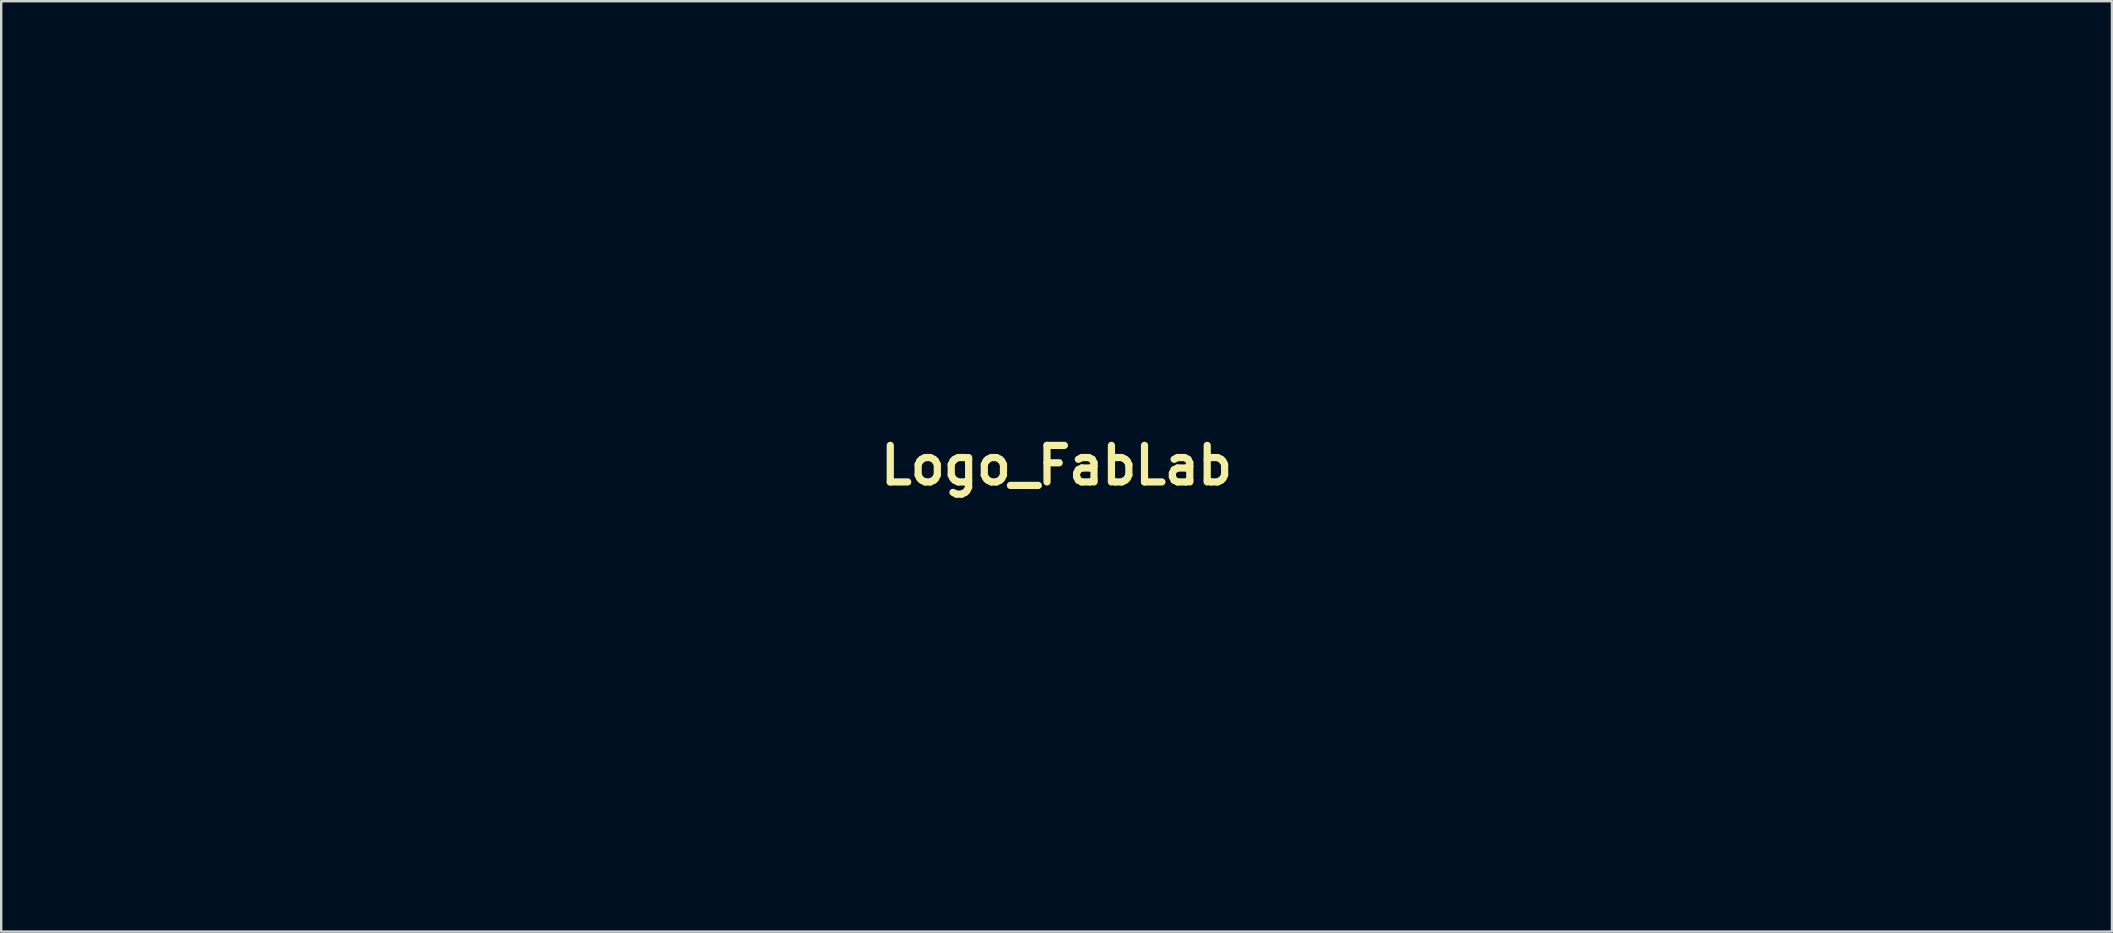
<source format=kicad_pcb>
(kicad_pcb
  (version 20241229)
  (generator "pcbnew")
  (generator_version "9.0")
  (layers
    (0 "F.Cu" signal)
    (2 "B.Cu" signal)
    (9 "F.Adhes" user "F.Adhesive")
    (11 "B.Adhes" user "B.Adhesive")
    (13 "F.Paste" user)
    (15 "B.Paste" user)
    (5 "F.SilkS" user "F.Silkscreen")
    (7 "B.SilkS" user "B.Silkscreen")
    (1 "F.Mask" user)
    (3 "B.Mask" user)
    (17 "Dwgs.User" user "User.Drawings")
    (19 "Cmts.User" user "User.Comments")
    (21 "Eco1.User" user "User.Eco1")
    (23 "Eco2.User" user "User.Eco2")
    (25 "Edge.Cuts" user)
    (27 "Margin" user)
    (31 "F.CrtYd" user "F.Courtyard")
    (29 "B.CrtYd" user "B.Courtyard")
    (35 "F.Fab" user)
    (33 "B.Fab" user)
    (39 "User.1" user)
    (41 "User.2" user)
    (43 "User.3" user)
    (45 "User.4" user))
  (footprint "Logo_FabLab"
    (layer "F.Cu")
    (at 40.984 16.346)
    (property "Reference" "Logo_FabLab" (at 0 0 0) (layer "F.SilkS") (effects (font (size 1.524 1.524) (thickness 0.3))))
    (attr through_hole)
    (fp_poly (pts (xy -33.951 0.042) (xy -33.994 0.085) (xy -34.036 0.042) (xy -33.994 0) (xy -33.951 0.042)) (stroke (width 0.01) (type solid)) (fill yes) (layer "F.Mask"))
    (fp_poly (pts (xy -9.821 -7.07) (xy -9.864 -7.027) (xy -9.906 -7.07) (xy -9.864 -7.112) (xy -9.821 -7.07)) (stroke (width 0.01) (type solid)) (fill yes) (layer "F.Mask"))
    (fp_poly (pts (xy 10.245 -0.042) (xy 10.202 0) (xy 10.16 -0.042) (xy 10.202 -0.085) (xy 10.245 -0.042)) (stroke (width 0.01) (type solid)) (fill yes) (layer "F.Mask"))
    (fp_poly (pts (xy 15.833 2.752) (xy 15.79 2.794) (xy 15.748 2.752) (xy 15.79 2.709) (xy 15.833 2.752)) (stroke (width 0.01) (type solid)) (fill yes) (layer "F.Mask"))
    (fp_poly (pts (xy 16.595 2.921) (xy 16.552 2.963) (xy 16.51 2.921) (xy 16.552 2.879) (xy 16.595 2.921)) (stroke (width 0.01) (type solid)) (fill yes) (layer "F.Mask"))
    (fp_poly (pts (xy 16.849 2.328) (xy 16.806 2.371) (xy 16.764 2.328) (xy 16.806 2.286) (xy 16.849 2.328)) (stroke (width 0.01) (type solid)) (fill yes) (layer "F.Mask"))
    (fp_poly (pts (xy 21.59 9.61) (xy 21.548 9.652) (xy 21.505 9.61) (xy 21.548 9.567) (xy 21.59 9.61)) (stroke (width 0.01) (type solid)) (fill yes) (layer "F.Mask"))
    (fp_poly (pts (xy 22.267 9.44) (xy 22.225 9.483) (xy 22.183 9.44) (xy 22.225 9.398) (xy 22.267 9.44)) (stroke (width 0.01) (type solid)) (fill yes) (layer "F.Mask"))
    (fp_poly (pts (xy 23.114 1.143) (xy 23.072 1.185) (xy 23.029 1.143) (xy 23.072 1.101) (xy 23.114 1.143)) (stroke (width 0.01) (type solid)) (fill yes) (layer "F.Mask"))
    (fp_poly (pts (xy 23.876 7.916) (xy 23.834 7.959) (xy 23.791 7.916) (xy 23.834 7.874) (xy 23.876 7.916)) (stroke (width 0.01) (type solid)) (fill yes) (layer "F.Mask"))
    (fp_poly (pts (xy 25.485 10.456) (xy 25.442 10.499) (xy 25.4 10.456) (xy 25.442 10.414) (xy 25.485 10.456)) (stroke (width 0.01) (type solid)) (fill yes) (layer "F.Mask"))
    (fp_poly (pts (xy 29.633 3.852) (xy 29.591 3.895) (xy 29.549 3.852) (xy 29.591 3.81) (xy 29.633 3.852)) (stroke (width 0.01) (type solid)) (fill yes) (layer "F.Mask"))
    (fp_poly (pts (xy 30.903 10.372) (xy 30.861 10.414) (xy 30.819 10.372) (xy 30.861 10.329) (xy 30.903 10.372)) (stroke (width 0.01) (type solid)) (fill yes) (layer "F.Mask"))
    (fp_poly (pts (xy 31.327 3.852) (xy 31.284 3.895) (xy 31.242 3.852) (xy 31.284 3.81) (xy 31.327 3.852)) (stroke (width 0.01) (type solid)) (fill yes) (layer "F.Mask"))
    (fp_poly (pts (xy 32.935 1.99) (xy 32.893 2.032) (xy 32.851 1.99) (xy 32.893 1.947) (xy 32.935 1.99)) (stroke (width 0.01) (type solid)) (fill yes) (layer "F.Mask"))
    (fp_poly (pts (xy 33.105 9.694) (xy 33.062 9.737) (xy 33.02 9.694) (xy 33.062 9.652) (xy 33.105 9.694)) (stroke (width 0.01) (type solid)) (fill yes) (layer "F.Mask"))
    (fp_poly (pts (xy 33.189 1.143) (xy 33.147 1.185) (xy 33.105 1.143) (xy 33.147 1.101) (xy 33.189 1.143)) (stroke (width 0.01) (type solid)) (fill yes) (layer "F.Mask"))
    (fp_poly (pts (xy -33.472 1.214) (xy -33.461 1.314) (xy -33.472 1.326) (xy -33.522 1.315) (xy -33.528 1.27) (xy -33.497 1.2) (xy -33.472 1.214)) (stroke (width 0.01) (type solid)) (fill yes) (layer "F.Mask"))
    (fp_poly (pts (xy -33.133 -1.58) (xy -33.123 -1.48) (xy -33.133 -1.468) (xy -33.183 -1.479) (xy -33.189 -1.524) (xy -33.158 -1.594) (xy -33.133 -1.58)) (stroke (width 0.01) (type solid)) (fill yes) (layer "F.Mask"))
    (fp_poly (pts (xy 9.285 -0.056) (xy 9.295 0.044) (xy 9.285 0.056) (xy 9.235 0.045) (xy 9.229 0) (xy 9.26 -0.07) (xy 9.285 -0.056)) (stroke (width 0.01) (type solid)) (fill yes) (layer "F.Mask"))
    (fp_poly (pts (xy 23.17 1.298) (xy 23.181 1.399) (xy 23.17 1.411) (xy 23.12 1.399) (xy 23.114 1.355) (xy 23.145 1.285) (xy 23.17 1.298)) (stroke (width 0.01) (type solid)) (fill yes) (layer "F.Mask"))
    (fp_poly (pts (xy 29.605 -6.914) (xy 29.615 -6.814) (xy 29.605 -6.802) (xy 29.555 -6.813) (xy 29.549 -6.858) (xy 29.58 -6.928) (xy 29.605 -6.914)) (stroke (width 0.01) (type solid)) (fill yes) (layer "F.Mask"))
    (fp_poly (pts (xy 31.468 4.008) (xy 31.478 4.108) (xy 31.468 4.12) (xy 31.417 4.109) (xy 31.411 4.064) (xy 31.442 3.994) (xy 31.468 4.008)) (stroke (width 0.01) (type solid)) (fill yes) (layer "F.Mask"))
    (fp_poly (pts (xy 32.992 1.383) (xy 33.002 1.483) (xy 32.992 1.496) (xy 32.941 1.484) (xy 32.935 1.439) (xy 32.966 1.37) (xy 32.992 1.383)) (stroke (width 0.01) (type solid)) (fill yes) (layer "F.Mask"))
    (fp_poly (pts (xy 32.992 2.568) (xy 33.002 2.669) (xy 32.992 2.681) (xy 32.941 2.669) (xy 32.935 2.625) (xy 32.966 2.555) (xy 32.992 2.568)) (stroke (width 0.01) (type solid)) (fill yes) (layer "F.Mask"))
    (fp_poly (pts (xy 33.923 1.129) (xy 33.933 1.229) (xy 33.923 1.242) (xy 33.873 1.23) (xy 33.867 1.185) (xy 33.898 1.116) (xy 33.923 1.129)) (stroke (width 0.01) (type solid)) (fill yes) (layer "F.Mask"))
    (fp_poly (pts (xy 3.199 -9.61) (xy 3.283 -9.499) (xy 3.246 -9.412) (xy 3.182 -9.398) (xy 3.065 -9.466) (xy 3.048 -9.532) (xy 3.097 -9.625) (xy 3.199 -9.61)) (stroke (width 0.01) (type solid)) (fill yes) (layer "F.Mask"))
    (fp_poly (pts (xy 3.281 -8.587) (xy 3.283 -8.535) (xy 3.198 -8.424) (xy 3.097 -8.409) (xy 3.048 -8.502) (xy 3.116 -8.619) (xy 3.182 -8.636) (xy 3.281 -8.587)) (stroke (width 0.01) (type solid)) (fill yes) (layer "F.Mask"))
    (fp_poly (pts (xy 3.281 1.997) (xy 3.283 2.048) (xy 3.198 2.16) (xy 3.097 2.174) (xy 3.048 2.081) (xy 3.116 1.965) (xy 3.182 1.947) (xy 3.281 1.997)) (stroke (width 0.01) (type solid)) (fill yes) (layer "F.Mask"))
    (fp_poly (pts (xy 6.67 -9.61) (xy 6.754 -9.499) (xy 6.717 -9.412) (xy 6.653 -9.398) (xy 6.537 -9.466) (xy 6.519 -9.532) (xy 6.569 -9.625) (xy 6.67 -9.61)) (stroke (width 0.01) (type solid)) (fill yes) (layer "F.Mask"))
    (fp_poly (pts (xy 6.752 -8.587) (xy 6.754 -8.535) (xy 6.67 -8.424) (xy 6.568 -8.409) (xy 6.519 -8.502) (xy 6.588 -8.619) (xy 6.653 -8.636) (xy 6.752 -8.587)) (stroke (width 0.01) (type solid)) (fill yes) (layer "F.Mask"))
    (fp_poly (pts (xy -0.962 -0.076) (xy -0.957 -0.062) (xy -0.945 0.123) (xy -0.96 0.192) (xy -0.988 0.195) (xy -1 0.062) (xy -0.999 0.042) (xy -0.987 -0.089) (xy -0.962 -0.076)) (stroke (width 0.01) (type solid)) (fill yes) (layer "F.Mask"))
    (fp_poly (pts (xy 3.287 -13.394) (xy 3.302 -13.335) (xy 3.234 -13.223) (xy 3.175 -13.208) (xy 3.063 -13.276) (xy 3.048 -13.335) (xy 3.116 -13.447) (xy 3.175 -13.462) (xy 3.287 -13.394)) (stroke (width 0.01) (type solid)) (fill yes) (layer "F.Mask"))
    (fp_poly (pts (xy 3.287 -12.463) (xy 3.302 -12.404) (xy 3.234 -12.291) (xy 3.175 -12.277) (xy 3.063 -12.344) (xy 3.048 -12.404) (xy 3.116 -12.516) (xy 3.175 -12.531) (xy 3.287 -12.463)) (stroke (width 0.01) (type solid)) (fill yes) (layer "F.Mask"))
    (fp_poly (pts (xy 3.287 -11.447) (xy 3.302 -11.388) (xy 3.234 -11.275) (xy 3.175 -11.261) (xy 3.063 -11.328) (xy 3.048 -11.388) (xy 3.116 -11.5) (xy 3.175 -11.515) (xy 3.287 -11.447)) (stroke (width 0.01) (type solid)) (fill yes) (layer "F.Mask"))
    (fp_poly (pts (xy 3.287 -10.516) (xy 3.302 -10.456) (xy 3.234 -10.344) (xy 3.175 -10.329) (xy 3.063 -10.397) (xy 3.048 -10.456) (xy 3.116 -10.569) (xy 3.175 -10.583) (xy 3.287 -10.516)) (stroke (width 0.01) (type solid)) (fill yes) (layer "F.Mask"))
    (fp_poly (pts (xy 3.287 -7.637) (xy 3.302 -7.578) (xy 3.234 -7.465) (xy 3.175 -7.451) (xy 3.063 -7.518) (xy 3.048 -7.578) (xy 3.116 -7.69) (xy 3.175 -7.705) (xy 3.287 -7.637)) (stroke (width 0.01) (type solid)) (fill yes) (layer "F.Mask"))
    (fp_poly (pts (xy 3.287 -6.706) (xy 3.302 -6.646) (xy 3.234 -6.534) (xy 3.175 -6.519) (xy 3.063 -6.587) (xy 3.048 -6.646) (xy 3.116 -6.759) (xy 3.175 -6.773) (xy 3.287 -6.706)) (stroke (width 0.01) (type solid)) (fill yes) (layer "F.Mask"))
    (fp_poly (pts (xy 3.287 -5.69) (xy 3.302 -5.63) (xy 3.234 -5.518) (xy 3.175 -5.503) (xy 3.063 -5.571) (xy 3.048 -5.63) (xy 3.116 -5.743) (xy 3.175 -5.757) (xy 3.287 -5.69)) (stroke (width 0.01) (type solid)) (fill yes) (layer "F.Mask"))
    (fp_poly (pts (xy 3.287 -4.758) (xy 3.302 -4.699) (xy 3.234 -4.587) (xy 3.175 -4.572) (xy 3.063 -4.64) (xy 3.048 -4.699) (xy 3.116 -4.811) (xy 3.175 -4.826) (xy 3.287 -4.758)) (stroke (width 0.01) (type solid)) (fill yes) (layer "F.Mask"))
    (fp_poly (pts (xy 3.287 -3.742) (xy 3.302 -3.683) (xy 3.234 -3.571) (xy 3.175 -3.556) (xy 3.063 -3.624) (xy 3.048 -3.683) (xy 3.116 -3.795) (xy 3.175 -3.81) (xy 3.287 -3.742)) (stroke (width 0.01) (type solid)) (fill yes) (layer "F.Mask"))
    (fp_poly (pts (xy 3.287 -2.811) (xy 3.302 -2.752) (xy 3.234 -2.639) (xy 3.175 -2.625) (xy 3.063 -2.692) (xy 3.048 -2.752) (xy 3.116 -2.864) (xy 3.175 -2.879) (xy 3.287 -2.811)) (stroke (width 0.01) (type solid)) (fill yes) (layer "F.Mask"))
    (fp_poly (pts (xy 3.287 -0.864) (xy 3.302 -0.804) (xy 3.234 -0.692) (xy 3.175 -0.677) (xy 3.063 -0.745) (xy 3.048 -0.804) (xy 3.116 -0.917) (xy 3.175 -0.931) (xy 3.287 -0.864)) (stroke (width 0.01) (type solid)) (fill yes) (layer "F.Mask"))
    (fp_poly (pts (xy 3.287 0.068) (xy 3.302 0.127) (xy 3.234 0.239) (xy 3.175 0.254) (xy 3.063 0.186) (xy 3.048 0.127) (xy 3.116 0.015) (xy 3.175 0) (xy 3.287 0.068)) (stroke (width 0.01) (type solid)) (fill yes) (layer "F.Mask"))
    (fp_poly (pts (xy 3.287 2.946) (xy 3.302 3.006) (xy 3.234 3.118) (xy 3.175 3.133) (xy 3.063 3.065) (xy 3.048 3.006) (xy 3.116 2.893) (xy 3.175 2.879) (xy 3.287 2.946)) (stroke (width 0.01) (type solid)) (fill yes) (layer "F.Mask"))
    (fp_poly (pts (xy 3.287 3.878) (xy 3.302 3.937) (xy 3.234 4.049) (xy 3.175 4.064) (xy 3.063 3.996) (xy 3.048 3.937) (xy 3.116 3.825) (xy 3.175 3.81) (xy 3.287 3.878)) (stroke (width 0.01) (type solid)) (fill yes) (layer "F.Mask"))
    (fp_poly (pts (xy 3.927 -13.433) (xy 3.979 -13.377) (xy 3.907 -13.314) (xy 3.768 -13.293) (xy 3.609 -13.322) (xy 3.556 -13.377) (xy 3.628 -13.441) (xy 3.768 -13.462) (xy 3.927 -13.433)) (stroke (width 0.01) (type solid)) (fill yes) (layer "F.Mask"))
    (fp_poly (pts (xy 3.927 1.807) (xy 3.979 1.863) (xy 3.907 1.926) (xy 3.768 1.947) (xy 3.609 1.918) (xy 3.556 1.863) (xy 3.628 1.799) (xy 3.768 1.778) (xy 3.927 1.807)) (stroke (width 0.01) (type solid)) (fill yes) (layer "F.Mask"))
    (fp_poly (pts (xy 3.938 -6.729) (xy 3.979 -6.646) (xy 3.906 -6.544) (xy 3.768 -6.519) (xy 3.597 -6.563) (xy 3.556 -6.646) (xy 3.63 -6.748) (xy 3.768 -6.773) (xy 3.938 -6.729)) (stroke (width 0.01) (type solid)) (fill yes) (layer "F.Mask"))
    (fp_poly (pts (xy 3.938 3.007) (xy 3.979 3.09) (xy 3.906 3.192) (xy 3.768 3.217) (xy 3.597 3.173) (xy 3.556 3.09) (xy 3.63 2.988) (xy 3.768 2.963) (xy 3.938 3.007)) (stroke (width 0.01) (type solid)) (fill yes) (layer "F.Mask"))
    (fp_poly (pts (xy 3.967 -4.964) (xy 3.979 -4.911) (xy 3.906 -4.851) (xy 3.747 -4.832) (xy 3.596 -4.842) (xy 3.601 -4.872) (xy 3.683 -4.911) (xy 3.881 -4.981) (xy 3.967 -4.964)) (stroke (width 0.01) (type solid)) (fill yes) (layer "F.Mask"))
    (fp_poly (pts (xy 3.967 -3.694) (xy 3.979 -3.641) (xy 3.906 -3.581) (xy 3.747 -3.562) (xy 3.596 -3.572) (xy 3.601 -3.602) (xy 3.683 -3.641) (xy 3.881 -3.711) (xy 3.967 -3.694)) (stroke (width 0.01) (type solid)) (fill yes) (layer "F.Mask"))
    (fp_poly (pts (xy 3.967 -3.017) (xy 3.979 -2.963) (xy 3.906 -2.904) (xy 3.747 -2.885) (xy 3.596 -2.895) (xy 3.601 -2.925) (xy 3.683 -2.963) (xy 3.881 -3.034) (xy 3.967 -3.017)) (stroke (width 0.01) (type solid)) (fill yes) (layer "F.Mask"))
    (fp_poly (pts (xy 3.967 -2.086) (xy 3.979 -2.032) (xy 3.906 -1.972) (xy 3.747 -1.953) (xy 3.596 -1.964) (xy 3.601 -1.994) (xy 3.683 -2.032) (xy 3.881 -2.102) (xy 3.967 -2.086)) (stroke (width 0.01) (type solid)) (fill yes) (layer "F.Mask"))
    (fp_poly (pts (xy 3.967 -1.154) (xy 3.979 -1.101) (xy 3.906 -1.041) (xy 3.747 -1.022) (xy 3.596 -1.032) (xy 3.601 -1.062) (xy 3.683 -1.101) (xy 3.881 -1.171) (xy 3.967 -1.154)) (stroke (width 0.01) (type solid)) (fill yes) (layer "F.Mask"))
    (fp_poly (pts (xy 3.967 -0.138) (xy 3.979 -0.085) (xy 3.906 -0.025) (xy 3.747 -0.006) (xy 3.596 -0.016) (xy 3.601 -0.046) (xy 3.683 -0.085) (xy 3.881 -0.155) (xy 3.967 -0.138)) (stroke (width 0.01) (type solid)) (fill yes) (layer "F.Mask"))
    (fp_poly (pts (xy 3.967 0.793) (xy 3.979 0.847) (xy 3.906 0.906) (xy 3.747 0.925) (xy 3.596 0.915) (xy 3.601 0.885) (xy 3.683 0.847) (xy 3.881 0.776) (xy 3.967 0.793)) (stroke (width 0.01) (type solid)) (fill yes) (layer "F.Mask"))
    (fp_poly (pts (xy 3.967 2.74) (xy 3.979 2.794) (xy 3.906 2.854) (xy 3.747 2.873) (xy 3.596 2.862) (xy 3.601 2.832) (xy 3.683 2.794) (xy 3.881 2.724) (xy 3.967 2.74)) (stroke (width 0.01) (type solid)) (fill yes) (layer "F.Mask"))
    (fp_poly (pts (xy 3.967 3.672) (xy 3.979 3.725) (xy 3.906 3.785) (xy 3.747 3.804) (xy 3.596 3.794) (xy 3.601 3.764) (xy 3.683 3.725) (xy 3.881 3.655) (xy 3.967 3.672)) (stroke (width 0.01) (type solid)) (fill yes) (layer "F.Mask"))
    (fp_poly (pts (xy 6.759 -13.394) (xy 6.773 -13.335) (xy 6.706 -13.223) (xy 6.646 -13.208) (xy 6.534 -13.276) (xy 6.519 -13.335) (xy 6.587 -13.447) (xy 6.646 -13.462) (xy 6.759 -13.394)) (stroke (width 0.01) (type solid)) (fill yes) (layer "F.Mask"))
    (fp_poly (pts (xy 6.759 -12.463) (xy 6.773 -12.404) (xy 6.706 -12.291) (xy 6.646 -12.277) (xy 6.534 -12.344) (xy 6.519 -12.404) (xy 6.587 -12.516) (xy 6.646 -12.531) (xy 6.759 -12.463)) (stroke (width 0.01) (type solid)) (fill yes) (layer "F.Mask"))
    (fp_poly (pts (xy 6.759 -11.447) (xy 6.773 -11.388) (xy 6.706 -11.275) (xy 6.646 -11.261) (xy 6.534 -11.328) (xy 6.519 -11.388) (xy 6.587 -11.5) (xy 6.646 -11.515) (xy 6.759 -11.447)) (stroke (width 0.01) (type solid)) (fill yes) (layer "F.Mask"))
    (fp_poly (pts (xy 6.759 -10.516) (xy 6.773 -10.456) (xy 6.706 -10.344) (xy 6.646 -10.329) (xy 6.534 -10.397) (xy 6.519 -10.456) (xy 6.587 -10.569) (xy 6.646 -10.583) (xy 6.759 -10.516)) (stroke (width 0.01) (type solid)) (fill yes) (layer "F.Mask"))
    (fp_poly (pts (xy 6.759 -7.637) (xy 6.773 -7.578) (xy 6.706 -7.465) (xy 6.646 -7.451) (xy 6.534 -7.518) (xy 6.519 -7.578) (xy 6.587 -7.69) (xy 6.646 -7.705) (xy 6.759 -7.637)) (stroke (width 0.01) (type solid)) (fill yes) (layer "F.Mask"))
    (fp_poly (pts (xy 6.759 -6.706) (xy 6.773 -6.646) (xy 6.706 -6.534) (xy 6.646 -6.519) (xy 6.534 -6.587) (xy 6.519 -6.646) (xy 6.587 -6.759) (xy 6.646 -6.773) (xy 6.759 -6.706)) (stroke (width 0.01) (type solid)) (fill yes) (layer "F.Mask"))
    (fp_poly (pts (xy 6.759 -5.69) (xy 6.773 -5.63) (xy 6.706 -5.518) (xy 6.646 -5.503) (xy 6.534 -5.571) (xy 6.519 -5.63) (xy 6.587 -5.743) (xy 6.646 -5.757) (xy 6.759 -5.69)) (stroke (width 0.01) (type solid)) (fill yes) (layer "F.Mask"))
    (fp_poly (pts (xy 6.759 -4.758) (xy 6.773 -4.699) (xy 6.706 -4.587) (xy 6.646 -4.572) (xy 6.534 -4.64) (xy 6.519 -4.699) (xy 6.587 -4.811) (xy 6.646 -4.826) (xy 6.759 -4.758)) (stroke (width 0.01) (type solid)) (fill yes) (layer "F.Mask"))
    (fp_poly (pts (xy 6.759 -3.742) (xy 6.773 -3.683) (xy 6.706 -3.571) (xy 6.646 -3.556) (xy 6.534 -3.624) (xy 6.519 -3.683) (xy 6.587 -3.795) (xy 6.646 -3.81) (xy 6.759 -3.742)) (stroke (width 0.01) (type solid)) (fill yes) (layer "F.Mask"))
    (fp_poly (pts (xy 6.759 -2.811) (xy 6.773 -2.752) (xy 6.706 -2.639) (xy 6.646 -2.625) (xy 6.534 -2.692) (xy 6.519 -2.752) (xy 6.587 -2.864) (xy 6.646 -2.879) (xy 6.759 -2.811)) (stroke (width 0.01) (type solid)) (fill yes) (layer "F.Mask"))
    (fp_poly (pts (xy 6.759 -0.864) (xy 6.773 -0.804) (xy 6.706 -0.692) (xy 6.646 -0.677) (xy 6.534 -0.745) (xy 6.519 -0.804) (xy 6.587 -0.917) (xy 6.646 -0.931) (xy 6.759 -0.864)) (stroke (width 0.01) (type solid)) (fill yes) (layer "F.Mask"))
    (fp_poly (pts (xy 6.759 0.068) (xy 6.773 0.127) (xy 6.706 0.239) (xy 6.646 0.254) (xy 6.534 0.186) (xy 6.519 0.127) (xy 6.587 0.015) (xy 6.646 0) (xy 6.759 0.068)) (stroke (width 0.01) (type solid)) (fill yes) (layer "F.Mask"))
    (fp_poly (pts (xy 6.759 2.015) (xy 6.773 2.074) (xy 6.706 2.187) (xy 6.646 2.201) (xy 6.534 2.134) (xy 6.519 2.074) (xy 6.587 1.962) (xy 6.646 1.947) (xy 6.759 2.015)) (stroke (width 0.01) (type solid)) (fill yes) (layer "F.Mask"))
    (fp_poly (pts (xy 6.759 2.946) (xy 6.773 3.006) (xy 6.706 3.118) (xy 6.646 3.133) (xy 6.534 3.065) (xy 6.519 3.006) (xy 6.587 2.893) (xy 6.646 2.879) (xy 6.759 2.946)) (stroke (width 0.01) (type solid)) (fill yes) (layer "F.Mask"))
    (fp_poly (pts (xy 6.759 3.878) (xy 6.773 3.937) (xy 6.706 4.049) (xy 6.646 4.064) (xy 6.534 3.996) (xy 6.519 3.937) (xy 6.587 3.825) (xy 6.646 3.81) (xy 6.759 3.878)) (stroke (width 0.01) (type solid)) (fill yes) (layer "F.Mask"))
    (fp_poly (pts (xy 10.254 -1.333) (xy 10.29 -1.13) (xy 10.262 -1.05) (xy 10.21 -0.997) (xy 10.184 -1.09) (xy 10.179 -1.198) (xy 10.182 -1.372) (xy 10.213 -1.395) (xy 10.254 -1.333)) (stroke (width 0.01) (type solid)) (fill yes) (layer "F.Mask"))
    (fp_poly (pts (xy 22.424 12.338) (xy 22.437 12.399) (xy 22.392 12.515) (xy 22.352 12.531) (xy 22.27 12.47) (xy 22.267 12.451) (xy 22.329 12.336) (xy 22.352 12.319) (xy 22.424 12.338)) (stroke (width 0.01) (type solid)) (fill yes) (layer "F.Mask"))
    (fp_poly (pts (xy 28.255 12.517) (xy 28.279 12.615) (xy 28.226 12.753) (xy 28.152 12.785) (xy 28.048 12.714) (xy 28.025 12.615) (xy 28.078 12.477) (xy 28.152 12.446) (xy 28.255 12.517)) (stroke (width 0.01) (type solid)) (fill yes) (layer "F.Mask"))
    (fp_poly (pts (xy 29.191 12.509) (xy 29.195 12.587) (xy 29.124 12.728) (xy 29.027 12.76) (xy 28.961 12.673) (xy 28.956 12.622) (xy 29.01 12.477) (xy 29.089 12.446) (xy 29.191 12.509)) (stroke (width 0.01) (type solid)) (fill yes) (layer "F.Mask"))
    (fp_poly (pts (xy 3.927 -7.626) (xy 3.979 -7.556) (xy 3.963 -7.48) (xy 3.879 -7.469) (xy 3.704 -7.509) (xy 3.57 -7.573) (xy 3.591 -7.634) (xy 3.757 -7.662) (xy 3.768 -7.662) (xy 3.927 -7.626)) (stroke (width 0.01) (type solid)) (fill yes) (layer "F.Mask"))
    (fp_poly (pts (xy 3.927 2.11) (xy 3.979 2.18) (xy 3.963 2.257) (xy 3.879 2.268) (xy 3.704 2.228) (xy 3.57 2.163) (xy 3.591 2.103) (xy 3.757 2.074) (xy 3.768 2.074) (xy 3.927 2.11)) (stroke (width 0.01) (type solid)) (fill yes) (layer "F.Mask"))
    (fp_poly (pts (xy 3.917 -4.635) (xy 3.963 -4.551) (xy 3.941 -4.439) (xy 3.791 -4.403) (xy 3.768 -4.403) (xy 3.603 -4.432) (xy 3.57 -4.535) (xy 3.572 -4.551) (xy 3.668 -4.673) (xy 3.768 -4.699) (xy 3.917 -4.635)) (stroke (width 0.01) (type solid)) (fill yes) (layer "F.Mask"))
    (fp_poly (pts (xy 3.959 -4.023) (xy 3.979 -3.946) (xy 3.907 -3.835) (xy 3.768 -3.81) (xy 3.609 -3.839) (xy 3.556 -3.895) (xy 3.615 -3.977) (xy 3.634 -3.979) (xy 3.776 -4.007) (xy 3.845 -4.031) (xy 3.959 -4.023)) (stroke (width 0.01) (type solid)) (fill yes) (layer "F.Mask"))
    (fp_poly (pts (xy 6.078 -0.744) (xy 6.264 -0.719) (xy 6.349 -0.669) (xy 6.35 -0.664) (xy 6.283 -0.604) (xy 6.128 -0.603) (xy 5.955 -0.659) (xy 5.93 -0.673) (xy 5.888 -0.726) (xy 5.997 -0.745) (xy 6.078 -0.744)) (stroke (width 0.01) (type solid)) (fill yes) (layer "F.Mask"))
    (fp_poly (pts (xy 6.093 -10.39) (xy 6.273 -10.359) (xy 6.35 -10.309) (xy 6.35 -10.308) (xy 6.281 -10.257) (xy 6.128 -10.247) (xy 5.968 -10.275) (xy 5.886 -10.326) (xy 5.921 -10.378) (xy 6.082 -10.39) (xy 6.093 -10.39)) (stroke (width 0.01) (type solid)) (fill yes) (layer "F.Mask"))
    (fp_poly (pts (xy 3.63 -11.529) (xy 3.752 -11.422) (xy 3.874 -11.485) (xy 3.905 -11.529) (xy 3.963 -11.586) (xy 3.978 -11.493) (xy 3.916 -11.374) (xy 3.768 -11.345) (xy 3.597 -11.389) (xy 3.557 -11.493) (xy 3.575 -11.587) (xy 3.63 -11.529)) (stroke (width 0.01) (type solid)) (fill yes) (layer "F.Mask"))
    (fp_poly (pts (xy 3.676 -12.536) (xy 3.679 -12.534) (xy 3.823 -12.473) (xy 3.891 -12.486) (xy 3.967 -12.469) (xy 3.979 -12.409) (xy 3.964 -12.314) (xy 3.886 -12.295) (xy 3.704 -12.335) (xy 3.578 -12.43) (xy 3.556 -12.505) (xy 3.58 -12.589) (xy 3.676 -12.536)) (stroke (width 0.01) (type solid)) (fill yes) (layer "F.Mask"))
    (fp_poly (pts (xy 3.782 -10.616) (xy 3.768 -10.584) (xy 3.782 -10.536) (xy 3.848 -10.551) (xy 3.959 -10.55) (xy 3.979 -10.508) (xy 3.907 -10.437) (xy 3.77 -10.414) (xy 3.62 -10.443) (xy 3.61 -10.541) (xy 3.696 -10.653) (xy 3.739 -10.668) (xy 3.782 -10.616)) (stroke (width 0.01) (type solid)) (fill yes) (layer "F.Mask"))
    (fp_poly (pts (xy 3.893 1.093) (xy 3.963 1.185) (xy 3.965 1.263) (xy 3.935 1.25) (xy 3.822 1.239) (xy 3.768 1.27) (xy 3.649 1.314) (xy 3.612 1.297) (xy 3.56 1.17) (xy 3.556 1.123) (xy 3.617 1.04) (xy 3.753 1.034) (xy 3.893 1.093)) (stroke (width 0.01) (type solid)) (fill yes) (layer "F.Mask"))
    (fp_poly (pts (xy 3.894 3.951) (xy 3.956 4.081) (xy 3.942 4.141) (xy 3.806 4.227) (xy 3.644 4.202) (xy 3.612 4.177) (xy 3.558 4.074) (xy 3.582 4.007) (xy 3.633 4.017) (xy 3.726 3.999) (xy 3.75 3.959) (xy 3.811 3.897) (xy 3.894 3.951)) (stroke (width 0.01) (type solid)) (fill yes) (layer "F.Mask"))
    (fp_poly (pts (xy 5.953 -1.114) (xy 5.96 -1.108) (xy 6.103 -1.036) (xy 6.163 -1.034) (xy 6.267 -0.995) (xy 6.278 -0.974) (xy 6.228 -0.912) (xy 6.075 -0.885) (xy 5.898 -0.914) (xy 5.842 -1.028) (xy 5.842 -1.044) (xy 5.864 -1.153) (xy 5.953 -1.114)) (stroke (width 0.01) (type solid)) (fill yes) (layer "F.Mask"))
    (fp_poly (pts (xy 9.224 -1.232) (xy 9.231 -1.088) (xy 9.221 -0.889) (xy 9.197 -0.688) (xy 9.164 -0.543) (xy 9.152 -0.518) (xy 9.115 -0.515) (xy 9.109 -0.663) (xy 9.122 -0.814) (xy 9.154 -1.061) (xy 9.184 -1.227) (xy 9.198 -1.263) (xy 9.224 -1.232)) (stroke (width 0.01) (type solid)) (fill yes) (layer "F.Mask"))
    (fp_poly (pts (xy 3.81 -0.871) (xy 3.94 -0.803) (xy 3.982 -0.721) (xy 3.911 -0.678) (xy 3.902 -0.677) (xy 3.762 -0.649) (xy 3.675 -0.62) (xy 3.57 -0.605) (xy 3.582 -0.707) (xy 3.584 -0.712) (xy 3.632 -0.849) (xy 3.641 -0.888) (xy 3.709 -0.892) (xy 3.81 -0.871)) (stroke (width 0.01) (type solid)) (fill yes) (layer "F.Mask"))
    (fp_poly (pts (xy 5.129 10.014) (xy 5.179 10.085) (xy 5.071 10.206) (xy 4.804 10.38) (xy 4.779 10.394) (xy 4.528 10.534) (xy 4.389 10.591) (xy 4.33 10.575) (xy 4.318 10.498) (xy 4.392 10.293) (xy 4.577 10.112) (xy 4.816 10.003) (xy 4.922 9.991) (xy 5.129 10.014)) (stroke (width 0.01) (type solid)) (fill yes) (layer "F.Mask"))
    (fp_poly (pts (xy 5.98 -10.7) (xy 5.964 -10.66) (xy 5.969 -10.614) (xy 6.093 -10.666) (xy 6.266 -10.727) (xy 6.342 -10.689) (xy 6.311 -10.589) (xy 6.192 -10.512) (xy 6.024 -10.501) (xy 5.884 -10.551) (xy 5.842 -10.626) (xy 5.89 -10.738) (xy 5.932 -10.753) (xy 5.98 -10.7)) (stroke (width 0.01) (type solid)) (fill yes) (layer "F.Mask"))
    (fp_poly (pts (xy 8.673 10.011) (xy 8.735 10.075) (xy 8.64 10.187) (xy 8.404 10.343) (xy 8.131 10.498) (xy 7.971 10.566) (xy 7.895 10.555) (xy 7.874 10.47) (xy 7.874 10.456) (xy 7.948 10.268) (xy 8.13 10.1) (xy 8.361 10.001) (xy 8.453 9.991) (xy 8.673 10.011)) (stroke (width 0.01) (type solid)) (fill yes) (layer "F.Mask"))
    (fp_poly (pts (xy 28.235 8.313) (xy 28.181 8.365) (xy 28.016 8.477) (xy 27.794 8.613) (xy 27.577 8.732) (xy 27.449 8.783) (xy 27.437 8.757) (xy 27.439 8.755) (xy 27.559 8.654) (xy 27.75 8.53) (xy 27.961 8.412) (xy 28.14 8.329) (xy 28.233 8.311) (xy 28.235 8.313)) (stroke (width 0.01) (type solid)) (fill yes) (layer "F.Mask"))
    (fp_poly (pts (xy 3.932 -8.682) (xy 3.978 -8.563) (xy 3.965 -8.471) (xy 3.906 -8.533) (xy 3.895 -8.551) (xy 3.826 -8.62) (xy 3.811 -8.572) (xy 3.742 -8.479) (xy 3.683 -8.467) (xy 3.571 -8.532) (xy 3.556 -8.589) (xy 3.603 -8.73) (xy 3.633 -8.758) (xy 3.79 -8.773) (xy 3.932 -8.682)) (stroke (width 0.01) (type solid)) (fill yes) (layer "F.Mask"))
    (fp_poly (pts (xy 3.978 -2.698) (xy 3.978 -2.693) (xy 3.934 -2.539) (xy 3.784 -2.505) (xy 3.704 -2.519) (xy 3.578 -2.61) (xy 3.556 -2.684) (xy 3.577 -2.769) (xy 3.666 -2.723) (xy 3.689 -2.704) (xy 3.81 -2.637) (xy 3.894 -2.706) (xy 3.9 -2.715) (xy 3.962 -2.786) (xy 3.978 -2.698)) (stroke (width 0.01) (type solid)) (fill yes) (layer "F.Mask"))
    (fp_poly (pts (xy 23.508 10.095) (xy 23.437 10.163) (xy 23.249 10.29) (xy 22.928 10.488) (xy 22.924 10.49) (xy 22.733 10.597) (xy 22.62 10.643) (xy 22.606 10.639) (xy 22.672 10.565) (xy 22.836 10.441) (xy 23.049 10.299) (xy 23.262 10.171) (xy 23.425 10.089) (xy 23.476 10.075) (xy 23.508 10.095)) (stroke (width 0.01) (type solid)) (fill yes) (layer "F.Mask"))
    (fp_poly (pts (xy 3.94 -5.795) (xy 3.979 -5.714) (xy 3.906 -5.613) (xy 3.768 -5.588) (xy 3.609 -5.625) (xy 3.556 -5.697) (xy 3.571 -5.715) (xy 3.81 -5.715) (xy 3.852 -5.673) (xy 3.895 -5.715) (xy 3.852 -5.757) (xy 3.81 -5.715) (xy 3.571 -5.715) (xy 3.629 -5.784) (xy 3.768 -5.823) (xy 3.94 -5.795)) (stroke (width 0.01) (type solid)) (fill yes) (layer "F.Mask"))
    (fp_poly (pts (xy -2.773 9.951) (xy -2.469 10.116) (xy -2.297 10.382) (xy -2.261 10.642) (xy -2.334 10.962) (xy -2.521 11.165) (xy -2.805 11.242) (xy -3.172 11.185) (xy -3.239 11.162) (xy -3.392 11.081) (xy -3.458 10.95) (xy -3.471 10.739) (xy -3.416 10.447) (xy -3.272 10.191) (xy -3.073 10.008) (xy -2.855 9.939) (xy -2.773 9.951)) (stroke (width 0.01) (type solid)) (fill yes) (layer "F.Mask"))
    (fp_poly (pts (xy -0.195 10.047) (xy 0.007 10.242) (xy 0.083 10.547) (xy 0.083 10.575) (xy 0.059 10.854) (xy -0.033 11.028) (xy -0.225 11.162) (xy -0.227 11.163) (xy -0.522 11.255) (xy -0.77 11.186) (xy -0.925 11.038) (xy -1.07 10.75) (xy -1.086 10.46) (xy -0.988 10.208) (xy -0.79 10.032) (xy -0.513 9.972) (xy -0.195 10.047)) (stroke (width 0.01) (type solid)) (fill yes) (layer "F.Mask"))
    (fp_poly (pts (xy 3.978 -1.757) (xy 3.942 -1.631) (xy 3.902 -1.609) (xy 3.76 -1.581) (xy 3.69 -1.557) (xy 3.587 -1.561) (xy 3.557 -1.702) (xy 3.557 -1.705) (xy 3.574 -1.831) (xy 3.627 -1.797) (xy 3.63 -1.792) (xy 3.73 -1.691) (xy 3.768 -1.679) (xy 3.865 -1.741) (xy 3.905 -1.792) (xy 3.963 -1.849) (xy 3.978 -1.757)) (stroke (width 0.01) (type solid)) (fill yes) (layer "F.Mask"))
    (fp_poly (pts (xy 10.974 10.056) (xy 11.014 10.067) (xy 11.366 10.173) (xy 11.326 10.587) (xy 11.281 10.858) (xy 11.213 11.071) (xy 11.178 11.131) (xy 10.993 11.237) (xy 10.736 11.255) (xy 10.477 11.188) (xy 10.325 11.087) (xy 10.186 10.841) (xy 10.178 10.552) (xy 10.291 10.278) (xy 10.432 10.133) (xy 10.598 10.029) (xy 10.752 10.006) (xy 10.974 10.056)) (stroke (width 0.01) (type solid)) (fill yes) (layer "F.Mask"))
    (fp_poly (pts (xy 3.959 -9.583) (xy 3.978 -9.504) (xy 3.964 -9.406) (xy 3.905 -9.466) (xy 3.895 -9.483) (xy 3.826 -9.552) (xy 3.811 -9.504) (xy 3.742 -9.41) (xy 3.683 -9.398) (xy 3.576 -9.467) (xy 3.557 -9.546) (xy 3.571 -9.644) (xy 3.63 -9.584) (xy 3.641 -9.567) (xy 3.709 -9.498) (xy 3.724 -9.546) (xy 3.794 -9.64) (xy 3.852 -9.652) (xy 3.959 -9.583)) (stroke (width 0.01) (type solid)) (fill yes) (layer "F.Mask"))
    (fp_poly (pts (xy 3.959 0.154) (xy 3.978 0.233) (xy 3.964 0.331) (xy 3.905 0.27) (xy 3.895 0.254) (xy 3.826 0.185) (xy 3.811 0.233) (xy 3.742 0.327) (xy 3.683 0.339) (xy 3.576 0.27) (xy 3.557 0.191) (xy 3.571 0.092) (xy 3.63 0.153) (xy 3.641 0.169) (xy 3.709 0.238) (xy 3.724 0.191) (xy 3.794 0.097) (xy 3.852 0.085) (xy 3.959 0.154)) (stroke (width 0.01) (type solid)) (fill yes) (layer "F.Mask"))
    (fp_poly (pts (xy 6.238 -9.792) (xy 6.285 -9.678) (xy 6.303 -9.508) (xy 6.29 -9.362) (xy 6.254 -9.313) (xy 6.129 -9.286) (xy 6.077 -9.268) (xy 5.937 -9.262) (xy 5.901 -9.282) (xy 5.86 -9.402) (xy 5.843 -9.603) (xy 5.861 -9.757) (xy 5.901 -9.785) (xy 5.907 -9.779) (xy 6.026 -9.688) (xy 6.14 -9.684) (xy 6.181 -9.751) (xy 6.215 -9.807) (xy 6.238 -9.792)) (stroke (width 0.01) (type solid)) (fill yes) (layer "F.Mask"))
    (fp_poly (pts (xy 25.273 1.127) (xy 25.43 1.379) (xy 25.497 1.635) (xy 25.494 2.145) (xy 25.436 2.557) (xy 25.331 2.848) (xy 25.181 2.997) (xy 25.177 2.998) (xy 25.103 3.011) (xy 25.133 2.935) (xy 25.184 2.859) (xy 25.265 2.644) (xy 25.307 2.32) (xy 25.312 1.943) (xy 25.279 1.569) (xy 25.207 1.254) (xy 25.189 1.204) (xy 25.062 0.889) (xy 25.273 1.127)) (stroke (width 0.01) (type solid)) (fill yes) (layer "F.Mask"))
    (fp_poly (pts (xy 6.259 -8.753) (xy 6.324 -8.649) (xy 6.331 -8.56) (xy 6.307 -8.399) (xy 6.188 -8.333) (xy 6.09 -8.322) (xy 5.905 -8.336) (xy 5.844 -8.428) (xy 5.843 -8.449) (xy 5.857 -8.545) (xy 5.916 -8.483) (xy 5.927 -8.467) (xy 5.995 -8.402) (xy 6.01 -8.441) (xy 5.95 -8.576) (xy 5.927 -8.594) (xy 5.844 -8.686) (xy 5.919 -8.749) (xy 6.084 -8.771) (xy 6.259 -8.753)) (stroke (width 0.01) (type solid)) (fill yes) (layer "F.Mask"))
    (fp_poly (pts (xy 14.634 10.043) (xy 14.859 10.198) (xy 14.975 10.471) (xy 14.986 10.61) (xy 14.919 10.908) (xy 14.745 11.127) (xy 14.505 11.246) (xy 14.239 11.246) (xy 13.988 11.108) (xy 13.97 11.091) (xy 13.874 10.926) (xy 13.814 10.69) (xy 13.792 10.437) (xy 13.812 10.223) (xy 13.878 10.1) (xy 13.906 10.089) (xy 14.057 10.067) (xy 14.286 10.03) (xy 14.322 10.025) (xy 14.634 10.043)) (stroke (width 0.01) (type solid)) (fill yes) (layer "F.Mask"))
    (fp_poly (pts (xy -9.446 -7.044) (xy -9.279 -6.878) (xy -9.14 -6.669) (xy -9.087 -6.535) (xy -9.054 -6.238) (xy -9.072 -5.887) (xy -9.133 -5.542) (xy -9.227 -5.261) (xy -9.311 -5.132) (xy -9.492 -4.953) (xy -9.403 -5.191) (xy -9.357 -5.398) (xy -9.325 -5.706) (xy -9.313 -6.022) (xy -9.343 -6.505) (xy -9.434 -6.84) (xy -9.59 -7.04) (xy -9.601 -7.047) (xy -9.644 -7.102) (xy -9.592 -7.111) (xy -9.446 -7.044)) (stroke (width 0.01) (type solid)) (fill yes) (layer "F.Mask"))
    (fp_poly (pts (xy 5.98 -12.647) (xy 5.964 -12.607) (xy 5.963 -12.559) (xy 6.086 -12.61) (xy 6.225 -12.675) (xy 6.272 -12.682) (xy 6.303 -12.466) (xy 6.284 -12.268) (xy 6.233 -12.172) (xy 6.041 -12.111) (xy 5.898 -12.164) (xy 5.842 -12.273) (xy 5.885 -12.329) (xy 5.948 -12.312) (xy 6.011 -12.286) (xy 5.952 -12.361) (xy 5.948 -12.366) (xy 5.857 -12.52) (xy 5.856 -12.652) (xy 5.932 -12.7) (xy 5.98 -12.647)) (stroke (width 0.01) (type solid)) (fill yes) (layer "F.Mask"))
    (fp_poly (pts (xy 6.283 -4.885) (xy 6.296 -4.72) (xy 6.289 -4.558) (xy 6.199 -4.5) (xy 6.056 -4.499) (xy 5.906 -4.511) (xy 5.917 -4.531) (xy 5.99 -4.547) (xy 6.146 -4.612) (xy 6.168 -4.692) (xy 6.051 -4.74) (xy 6.011 -4.741) (xy 5.871 -4.799) (xy 5.849 -4.889) (xy 5.871 -4.969) (xy 5.898 -4.933) (xy 5.978 -4.871) (xy 6.103 -4.914) (xy 6.234 -4.974) (xy 6.272 -4.977) (xy 6.283 -4.885)) (stroke (width 0.01) (type solid)) (fill yes) (layer "F.Mask"))
    (fp_poly (pts (xy 6.263 -3.932) (xy 6.317 -3.844) (xy 6.313 -3.734) (xy 6.249 -3.558) (xy 6.077 -3.488) (xy 6.066 -3.487) (xy 5.905 -3.49) (xy 5.854 -3.576) (xy 5.963 -3.576) (xy 6.047 -3.563) (xy 6.156 -3.578) (xy 6.158 -3.607) (xy 6.044 -3.627) (xy 5.995 -3.614) (xy 5.963 -3.576) (xy 5.854 -3.576) (xy 5.847 -3.588) (xy 5.842 -3.699) (xy 5.868 -3.871) (xy 5.979 -3.936) (xy 6.089 -3.946) (xy 6.263 -3.932)) (stroke (width 0.01) (type solid)) (fill yes) (layer "F.Mask"))
    (fp_poly (pts (xy 6.269 -3.048) (xy 6.303 -2.794) (xy 6.279 -2.594) (xy 6.233 -2.52) (xy 6.041 -2.459) (xy 5.898 -2.512) (xy 5.853 -2.631) (xy 5.844 -2.811) (xy 5.867 -2.975) (xy 5.921 -3.048) (xy 5.922 -3.048) (xy 6.029 -2.999) (xy 6.052 -2.908) (xy 5.999 -2.86) (xy 5.935 -2.767) (xy 5.942 -2.705) (xy 5.997 -2.667) (xy 6.092 -2.784) (xy 6.121 -2.836) (xy 6.215 -2.994) (xy 6.266 -3.051) (xy 6.269 -3.048)) (stroke (width 0.01) (type solid)) (fill yes) (layer "F.Mask"))
    (fp_poly (pts (xy 5.98 -7.821) (xy 5.964 -7.781) (xy 5.958 -7.73) (xy 6.075 -7.778) (xy 6.081 -7.781) (xy 6.251 -7.828) (xy 6.308 -7.789) (xy 6.289 -7.692) (xy 6.226 -7.652) (xy 6.137 -7.6) (xy 6.189 -7.529) (xy 6.234 -7.495) (xy 6.318 -7.417) (xy 6.264 -7.373) (xy 6.152 -7.348) (xy 5.985 -7.319) (xy 5.921 -7.314) (xy 5.887 -7.444) (xy 5.879 -7.63) (xy 5.894 -7.798) (xy 5.931 -7.874) (xy 5.932 -7.874) (xy 5.98 -7.821)) (stroke (width 0.01) (type solid)) (fill yes) (layer "F.Mask"))
    (fp_poly (pts (xy 6.246 4.614) (xy 6.291 4.733) (xy 6.312 4.875) (xy 6.289 5.019) (xy 6.18 5.068) (xy 6.058 5.068) (xy 5.904 5.057) (xy 5.912 5.038) (xy 5.995 5.02) (xy 6.127 4.974) (xy 6.113 4.891) (xy 6.087 4.858) (xy 5.989 4.78) (xy 5.914 4.843) (xy 5.861 4.88) (xy 5.843 4.76) (xy 5.863 4.624) (xy 5.954 4.628) (xy 6.011 4.657) (xy 6.145 4.704) (xy 6.181 4.646) (xy 6.201 4.57) (xy 6.246 4.614)) (stroke (width 0.01) (type solid)) (fill yes) (layer "F.Mask"))
    (fp_poly (pts (xy 24.686 0.975) (xy 24.616 1.078) (xy 24.591 1.106) (xy 24.506 1.231) (xy 24.456 1.4) (xy 24.434 1.657) (xy 24.432 1.977) (xy 24.447 2.327) (xy 24.482 2.631) (xy 24.53 2.833) (xy 24.541 2.857) (xy 24.593 3.005) (xy 24.558 3.048) (xy 24.465 2.98) (xy 24.353 2.815) (xy 24.344 2.798) (xy 24.241 2.485) (xy 24.207 2.115) (xy 24.237 1.735) (xy 24.322 1.388) (xy 24.456 1.119) (xy 24.629 0.973) (xy 24.686 0.975)) (stroke (width 0.01) (type solid)) (fill yes) (layer "F.Mask"))
    (fp_poly (pts (xy -10.022 -6.886) (xy -10.068 -6.786) (xy -10.122 -6.59) (xy -10.151 -6.287) (xy -10.156 -5.938) (xy -10.137 -5.602) (xy -10.092 -5.341) (xy -10.077 -5.295) (xy -9.946 -5.101) (xy -9.801 -4.998) (xy -9.675 -4.942) (xy -9.702 -4.922) (xy -9.779 -4.919) (xy -9.989 -4.967) (xy -10.079 -5.019) (xy -10.252 -5.25) (xy -10.361 -5.588) (xy -10.402 -5.979) (xy -10.372 -6.373) (xy -10.265 -6.717) (xy -10.21 -6.815) (xy -10.085 -6.967) (xy -10.013 -6.989) (xy -10.022 -6.886)) (stroke (width 0.01) (type solid)) (fill yes) (layer "F.Mask"))
    (fp_poly (pts (xy 6.096 -13.644) (xy 6.181 -13.61) (xy 6.392 -13.524) (xy 5.969 -13.41) (xy 6.168 -13.357) (xy 6.302 -13.283) (xy 6.293 -13.196) (xy 6.16 -13.134) (xy 6.044 -13.123) (xy 5.899 -13.143) (xy 5.861 -13.228) (xy 5.963 -13.228) (xy 6.047 -13.215) (xy 6.156 -13.23) (xy 6.158 -13.259) (xy 6.044 -13.279) (xy 5.995 -13.266) (xy 5.963 -13.228) (xy 5.861 -13.228) (xy 5.858 -13.236) (xy 5.873 -13.385) (xy 5.913 -13.594) (xy 5.972 -13.67) (xy 6.096 -13.644)) (stroke (width 0.01) (type solid)) (fill yes) (layer "F.Mask"))
    (fp_poly (pts (xy 6.022 -0.116) (xy 6.079 -0.068) (xy 6.162 -0.012) (xy 6.181 -0.082) (xy 6.202 -0.162) (xy 6.249 -0.119) (xy 6.296 0.011) (xy 6.315 0.118) (xy 6.29 0.285) (xy 6.14 0.359) (xy 6.134 0.36) (xy 5.961 0.374) (xy 5.886 0.355) (xy 5.85 0.244) (xy 5.843 0.068) (xy 5.847 0.042) (xy 5.927 0.042) (xy 5.969 0.085) (xy 6.011 0.042) (xy 5.969 0) (xy 5.927 0.042) (xy 5.847 0.042) (xy 5.864 -0.095) (xy 5.909 -0.169) (xy 5.91 -0.169) (xy 6.022 -0.116)) (stroke (width 0.01) (type solid)) (fill yes) (layer "F.Mask"))
    (fp_poly (pts (xy 6.259 3.679) (xy 6.309 3.79) (xy 6.313 3.96) (xy 6.261 4.133) (xy 6.121 4.192) (xy 6.065 4.195) (xy 5.912 4.176) (xy 5.851 4.08) (xy 5.842 3.917) (xy 5.845 3.866) (xy 5.941 3.866) (xy 5.943 3.957) (xy 5.983 4.008) (xy 6.1 4.062) (xy 6.177 4.013) (xy 6.181 3.988) (xy 6.113 3.896) (xy 6.054 3.864) (xy 5.941 3.866) (xy 5.845 3.866) (xy 5.853 3.732) (xy 5.904 3.682) (xy 6.011 3.725) (xy 6.147 3.773) (xy 6.181 3.723) (xy 6.231 3.668) (xy 6.259 3.679)) (stroke (width 0.01) (type solid)) (fill yes) (layer "F.Mask"))
    (fp_poly (pts (xy 6.265 -11.636) (xy 6.323 -11.547) (xy 6.321 -11.439) (xy 6.268 -11.267) (xy 6.11 -11.196) (xy 6.073 -11.192) (xy 5.907 -11.194) (xy 5.848 -11.289) (xy 5.847 -11.303) (xy 5.927 -11.303) (xy 5.969 -11.261) (xy 6.011 -11.303) (xy 5.969 -11.345) (xy 5.927 -11.303) (xy 5.847 -11.303) (xy 5.842 -11.403) (xy 5.852 -11.472) (xy 6.096 -11.472) (xy 6.138 -11.43) (xy 6.181 -11.472) (xy 6.138 -11.515) (xy 6.096 -11.472) (xy 5.852 -11.472) (xy 5.867 -11.575) (xy 5.978 -11.641) (xy 6.09 -11.65) (xy 6.265 -11.636)) (stroke (width 0.01) (type solid)) (fill yes) (layer "F.Mask"))
    (fp_poly (pts (xy 5.958 2.785) (xy 6.126 2.843) (xy 6.208 2.83) (xy 6.302 2.83) (xy 6.326 2.951) (xy 6.323 3.02) (xy 6.275 3.202) (xy 6.134 3.277) (xy 6.073 3.286) (xy 5.921 3.289) (xy 5.856 3.218) (xy 5.842 3.028) (xy 5.842 3.009) (xy 5.947 3.009) (xy 5.949 3.032) (xy 6.003 3.152) (xy 6.071 3.157) (xy 6.171 3.105) (xy 6.181 3.092) (xy 6.125 3.026) (xy 6.058 2.967) (xy 5.965 2.916) (xy 5.947 3.009) (xy 5.842 3.009) (xy 5.842 3.001) (xy 5.853 2.804) (xy 5.895 2.749) (xy 5.958 2.785)) (stroke (width 0.01) (type solid)) (fill yes) (layer "F.Mask"))
    (fp_poly (pts (xy 6.253 0.8) (xy 6.304 0.918) (xy 6.331 1.075) (xy 6.331 1.076) (xy 6.31 1.248) (xy 6.199 1.317) (xy 6.09 1.33) (xy 5.924 1.326) (xy 5.855 1.25) (xy 5.845 1.096) (xy 5.927 1.096) (xy 5.945 1.248) (xy 5.996 1.239) (xy 6.041 1.146) (xy 6.04 1.009) (xy 6.008 0.971) (xy 5.944 0.999) (xy 5.927 1.096) (xy 5.845 1.096) (xy 5.842 1.054) (xy 5.842 1.052) (xy 5.852 0.86) (xy 5.899 0.803) (xy 6.011 0.847) (xy 6.147 0.895) (xy 6.181 0.845) (xy 6.203 0.762) (xy 6.253 0.8)) (stroke (width 0.01) (type solid)) (fill yes) (layer "F.Mask"))
    (fp_poly (pts (xy 6.259 -6.904) (xy 6.31 -6.793) (xy 6.314 -6.624) (xy 6.253 -6.441) (xy 6.093 -6.369) (xy 6.074 -6.366) (xy 5.934 -6.366) (xy 5.874 -6.439) (xy 5.866 -6.566) (xy 5.982 -6.566) (xy 5.986 -6.48) (xy 6.058 -6.49) (xy 6.167 -6.574) (xy 6.181 -6.613) (xy 6.134 -6.686) (xy 6.041 -6.653) (xy 5.982 -6.566) (xy 5.866 -6.566) (xy 5.861 -6.632) (xy 5.862 -6.663) (xy 5.872 -6.84) (xy 5.893 -6.895) (xy 5.903 -6.879) (xy 5.991 -6.791) (xy 6.112 -6.781) (xy 6.18 -6.852) (xy 6.181 -6.863) (xy 6.232 -6.915) (xy 6.259 -6.904)) (stroke (width 0.01) (type solid)) (fill yes) (layer "F.Mask"))
    (fp_poly (pts (xy 3.679 4.654) (xy 3.823 4.714) (xy 3.891 4.701) (xy 3.955 4.731) (xy 3.979 4.902) (xy 3.979 4.906) (xy 3.958 5.089) (xy 3.864 5.158) (xy 3.768 5.165) (xy 3.626 5.144) (xy 3.575 5.06) (xy 3.677 5.06) (xy 3.761 5.073) (xy 3.87 5.058) (xy 3.872 5.029) (xy 3.758 5.009) (xy 3.709 5.022) (xy 3.677 5.06) (xy 3.575 5.06) (xy 3.567 5.047) (xy 3.557 4.868) (xy 3.641 4.868) (xy 3.683 4.911) (xy 3.725 4.868) (xy 3.683 4.826) (xy 3.641 4.868) (xy 3.557 4.868) (xy 3.556 4.858) (xy 3.566 4.664) (xy 3.607 4.611) (xy 3.679 4.654)) (stroke (width 0.01) (type solid)) (fill yes) (layer "F.Mask"))
    (fp_poly (pts (xy 5.98 -5.874) (xy 5.964 -5.834) (xy 5.963 -5.785) (xy 6.086 -5.837) (xy 6.225 -5.901) (xy 6.271 -5.908) (xy 6.305 -5.69) (xy 6.308 -5.492) (xy 6.279 -5.385) (xy 6.277 -5.383) (xy 6.16 -5.388) (xy 6.096 -5.419) (xy 5.956 -5.461) (xy 5.91 -5.45) (xy 5.863 -5.493) (xy 5.846 -5.621) (xy 6.04 -5.621) (xy 6.054 -5.588) (xy 6.13 -5.507) (xy 6.143 -5.503) (xy 6.18 -5.569) (xy 6.181 -5.588) (xy 6.116 -5.669) (xy 6.091 -5.673) (xy 6.04 -5.621) (xy 5.846 -5.621) (xy 5.842 -5.653) (xy 5.842 -5.668) (xy 5.868 -5.848) (xy 5.929 -5.927) (xy 5.932 -5.927) (xy 5.98 -5.874)) (stroke (width 0.01) (type solid)) (fill yes) (layer "F.Mask"))
    (fp_poly (pts (xy 5.957 1.768) (xy 6.128 1.826) (xy 6.212 1.813) (xy 6.329 1.808) (xy 6.335 1.896) (xy 6.248 2.015) (xy 6.189 2.099) (xy 6.248 2.117) (xy 6.344 2.172) (xy 6.35 2.201) (xy 6.277 2.263) (xy 6.117 2.286) (xy 5.96 2.265) (xy 5.889 2.171) (xy 5.887 2.159) (xy 6.011 2.159) (xy 6.054 2.201) (xy 6.096 2.159) (xy 6.054 2.117) (xy 6.011 2.159) (xy 5.887 2.159) (xy 5.862 1.978) (xy 5.862 1.942) (xy 5.927 1.942) (xy 5.988 2.029) (xy 6.011 2.032) (xy 6.094 2.003) (xy 6.096 1.995) (xy 6.037 1.922) (xy 6.011 1.905) (xy 5.933 1.912) (xy 5.927 1.942) (xy 5.862 1.942) (xy 5.858 1.785) (xy 5.894 1.731) (xy 5.957 1.768)) (stroke (width 0.01) (type solid)) (fill yes) (layer "F.Mask"))
    (fp_poly (pts (xy 6.259 -2.078) (xy 6.31 -1.967) (xy 6.314 -1.798) (xy 6.254 -1.616) (xy 6.094 -1.543) (xy 6.066 -1.54) (xy 5.917 -1.538) (xy 5.855 -1.614) (xy 5.852 -1.651) (xy 5.927 -1.651) (xy 5.969 -1.609) (xy 6.011 -1.651) (xy 5.969 -1.693) (xy 5.927 -1.651) (xy 5.852 -1.651) (xy 5.842 -1.811) (xy 5.842 -1.818) (xy 5.844 -1.868) (xy 5.927 -1.868) (xy 5.988 -1.781) (xy 6.011 -1.778) (xy 6.094 -1.807) (xy 6.096 -1.815) (xy 6.037 -1.888) (xy 6.011 -1.905) (xy 5.933 -1.898) (xy 5.927 -1.868) (xy 5.844 -1.868) (xy 5.851 -2.014) (xy 5.897 -2.075) (xy 6.005 -2.035) (xy 6.011 -2.032) (xy 6.147 -1.984) (xy 6.181 -2.034) (xy 6.231 -2.089) (xy 6.259 -2.078)) (stroke (width 0.01) (type solid)) (fill yes) (layer "F.Mask"))
    (fp_poly (pts (xy -22.568 1.011) (xy -22.541 1.227) (xy -22.524 1.549) (xy -22.52 1.841) (xy -22.516 2.277) (xy -22.501 2.576) (xy -22.465 2.771) (xy -22.401 2.897) (xy -22.301 2.985) (xy -22.225 3.031) (xy -22.162 3.082) (xy -22.21 3.112) (xy -22.39 3.127) (xy -22.627 3.13) (xy -22.913 3.125) (xy -23.118 3.111) (xy -23.199 3.089) (xy -23.199 3.088) (xy -23.129 3.029) (xy -22.987 2.963) (xy -22.889 2.918) (xy -22.827 2.85) (xy -22.793 2.724) (xy -22.779 2.505) (xy -22.775 2.158) (xy -22.775 2.07) (xy -22.775 1.257) (xy -23.029 1.312) (xy -23.206 1.34) (xy -23.283 1.329) (xy -23.283 1.327) (xy -23.217 1.261) (xy -23.056 1.154) (xy -22.859 1.041) (xy -22.685 0.957) (xy -22.601 0.931) (xy -22.568 1.011)) (stroke (width 0.01) (type solid)) (fill yes) (layer "F.Mask"))
    (fp_poly (pts (xy -13.869 -4.435) (xy -13.842 -4.338) (xy -13.82 -4.108) (xy -13.806 -3.779) (xy -13.801 -3.416) (xy -13.799 -2.995) (xy -13.789 -2.714) (xy -13.767 -2.542) (xy -13.728 -2.449) (xy -13.666 -2.406) (xy -13.631 -2.395) (xy -13.476 -2.333) (xy -13.474 -2.275) (xy -13.61 -2.229) (xy -13.87 -2.204) (xy -14.012 -2.201) (xy -14.293 -2.212) (xy -14.491 -2.241) (xy -14.563 -2.28) (xy -14.491 -2.352) (xy -14.372 -2.386) (xy -14.285 -2.408) (xy -14.228 -2.467) (xy -14.193 -2.593) (xy -14.173 -2.819) (xy -14.159 -3.178) (xy -14.157 -3.25) (xy -14.133 -4.086) (xy -14.39 -4.035) (xy -14.568 -4.009) (xy -14.647 -4.018) (xy -14.647 -4.019) (xy -14.579 -4.09) (xy -14.412 -4.198) (xy -14.202 -4.312) (xy -14.007 -4.402) (xy -13.882 -4.438) (xy -13.869 -4.435)) (stroke (width 0.01) (type solid)) (fill yes) (layer "F.Mask"))
    (fp_poly (pts (xy -9.615 -9.744) (xy -9.555 -9.653) (xy -9.523 -9.452) (xy -9.507 -9.123) (xy -9.498 -8.647) (xy -9.496 -8.522) (xy -9.486 -8.16) (xy -9.466 -7.933) (xy -9.428 -7.807) (xy -9.364 -7.747) (xy -9.314 -7.729) (xy -9.172 -7.673) (xy -9.171 -7.625) (xy -9.283 -7.589) (xy -9.481 -7.57) (xy -9.737 -7.573) (xy -10.022 -7.603) (xy -10.033 -7.604) (xy -10.202 -7.635) (xy -10.213 -7.66) (xy -10.075 -7.7) (xy -9.974 -7.735) (xy -9.91 -7.8) (xy -9.873 -7.931) (xy -9.852 -8.163) (xy -9.839 -8.506) (xy -9.829 -8.937) (xy -9.838 -9.221) (xy -9.871 -9.381) (xy -9.935 -9.439) (xy -10.035 -9.418) (xy -10.081 -9.395) (xy -10.248 -9.326) (xy -10.293 -9.347) (xy -10.22 -9.436) (xy -10.059 -9.551) (xy -9.857 -9.675) (xy -9.712 -9.746) (xy -9.615 -9.744)) (stroke (width 0.01) (type solid)) (fill yes) (layer "F.Mask"))
    (fp_poly (pts (xy 9.909 -4.443) (xy 9.941 -4.343) (xy 9.968 -4.11) (xy 9.985 -3.778) (xy 9.991 -3.416) (xy 9.993 -2.995) (xy 10.002 -2.714) (xy 10.024 -2.542) (xy 10.064 -2.449) (xy 10.126 -2.406) (xy 10.16 -2.395) (xy 10.316 -2.333) (xy 10.318 -2.275) (xy 10.181 -2.229) (xy 9.921 -2.204) (xy 9.779 -2.201) (xy 9.491 -2.213) (xy 9.295 -2.245) (xy 9.229 -2.286) (xy 9.299 -2.356) (xy 9.389 -2.371) (xy 9.506 -2.397) (xy 9.584 -2.493) (xy 9.629 -2.685) (xy 9.649 -3.001) (xy 9.652 -3.304) (xy 9.642 -3.686) (xy 9.604 -3.92) (xy 9.529 -4.025) (xy 9.407 -4.022) (xy 9.315 -3.98) (xy 9.174 -3.934) (xy 9.144 -3.975) (xy 9.211 -4.074) (xy 9.377 -4.204) (xy 9.584 -4.333) (xy 9.778 -4.425) (xy 9.902 -4.446) (xy 9.909 -4.443)) (stroke (width 0.01) (type solid)) (fill yes) (layer "F.Mask"))
    (fp_poly (pts (xy 33.672 -4.409) (xy 33.687 -4.196) (xy 33.696 -3.885) (xy 33.698 -3.619) (xy 33.705 -3.124) (xy 33.725 -2.775) (xy 33.764 -2.549) (xy 33.827 -2.423) (xy 33.919 -2.374) (xy 33.961 -2.371) (xy 34.093 -2.333) (xy 34.121 -2.286) (xy 34.043 -2.242) (xy 33.837 -2.211) (xy 33.57 -2.201) (xy 33.283 -2.213) (xy 33.086 -2.245) (xy 33.02 -2.286) (xy 33.091 -2.355) (xy 33.188 -2.371) (xy 33.309 -2.407) (xy 33.387 -2.532) (xy 33.427 -2.767) (xy 33.434 -3.136) (xy 33.426 -3.388) (xy 33.411 -3.71) (xy 33.388 -3.898) (xy 33.343 -3.986) (xy 33.261 -4.01) (xy 33.168 -4.006) (xy 32.999 -4.002) (xy 32.935 -4.016) (xy 32.999 -4.074) (xy 33.155 -4.185) (xy 33.349 -4.314) (xy 33.529 -4.425) (xy 33.642 -4.485) (xy 33.653 -4.487) (xy 33.672 -4.409)) (stroke (width 0.01) (type solid)) (fill yes) (layer "F.Mask"))
    (fp_poly (pts (xy -13.789 -1.712) (xy -13.576 -1.524) (xy -13.438 -1.211) (xy -13.429 -1.169) (xy -13.385 -0.762) (xy -13.406 -0.364) (xy -13.484 -0.014) (xy -13.61 0.245) (xy -13.757 0.369) (xy -13.822 0.372) (xy -13.797 0.277) (xy -13.751 0.185) (xy -13.682 -0.05) (xy -13.643 -0.389) (xy -13.637 -0.768) (xy -13.663 -1.123) (xy -13.721 -1.392) (xy -13.741 -1.439) (xy -13.907 -1.617) (xy -14.055 -1.651) (xy -14.259 -1.579) (xy -14.395 -1.359) (xy -14.465 -0.989) (xy -14.477 -0.704) (xy -14.449 -0.25) (xy -14.368 0.101) (xy -14.241 0.322) (xy -14.198 0.357) (xy -14.157 0.407) (xy -14.235 0.409) (xy -14.374 0.367) (xy -14.54 0.216) (xy -14.657 -0.052) (xy -14.721 -0.395) (xy -14.729 -0.767) (xy -14.675 -1.123) (xy -14.557 -1.419) (xy -14.539 -1.448) (xy -14.304 -1.683) (xy -14.043 -1.768) (xy -13.789 -1.712)) (stroke (width 0.01) (type solid)) (fill yes) (layer "F.Mask"))
    (fp_poly (pts (xy 33.771 -1.742) (xy 33.821 -1.725) (xy 33.999 -1.574) (xy 34.122 -1.304) (xy 34.191 -0.96) (xy 34.204 -0.584) (xy 34.164 -0.218) (xy 34.068 0.095) (xy 33.917 0.311) (xy 33.821 0.371) (xy 33.54 0.421) (xy 33.249 0.391) (xy 33.071 0.313) (xy 32.929 0.117) (xy 32.844 -0.19) (xy 32.813 -0.558) (xy 32.831 -0.849) (xy 33.12 -0.849) (xy 33.131 -0.502) (xy 33.164 -0.171) (xy 33.217 0.089) (xy 33.271 0.209) (xy 33.454 0.326) (xy 33.649 0.304) (xy 33.779 0.175) (xy 33.821 0.015) (xy 33.852 -0.261) (xy 33.866 -0.597) (xy 33.867 -0.662) (xy 33.857 -1.04) (xy 33.823 -1.292) (xy 33.757 -1.462) (xy 33.711 -1.529) (xy 33.531 -1.664) (xy 33.358 -1.636) (xy 33.211 -1.448) (xy 33.18 -1.378) (xy 33.136 -1.16) (xy 33.12 -0.849) (xy 32.831 -0.849) (xy 32.836 -0.941) (xy 32.911 -1.289) (xy 33.036 -1.555) (xy 33.129 -1.65) (xy 33.435 -1.768) (xy 33.771 -1.742)) (stroke (width 0.01) (type solid)) (fill yes) (layer "F.Mask"))
    (fp_poly (pts (xy -9.536 -4.418) (xy -9.434 -4.364) (xy -9.234 -4.174) (xy -9.116 -3.904) (xy -9.07 -3.525) (xy -9.077 -3.186) (xy -9.102 -2.862) (xy -9.148 -2.655) (xy -9.232 -2.511) (xy -9.343 -2.403) (xy -9.542 -2.267) (xy -9.72 -2.202) (xy -9.737 -2.201) (xy -9.906 -2.254) (xy -10.108 -2.384) (xy -10.131 -2.403) (xy -10.259 -2.533) (xy -10.334 -2.682) (xy -10.374 -2.902) (xy -10.394 -3.186) (xy -10.396 -3.481) (xy -10.161 -3.481) (xy -10.154 -3.088) (xy -10.086 -2.72) (xy -10.037 -2.58) (xy -9.907 -2.357) (xy -9.753 -2.295) (xy -9.549 -2.385) (xy -9.52 -2.406) (xy -9.436 -2.495) (xy -9.383 -2.636) (xy -9.354 -2.869) (xy -9.34 -3.225) (xy -9.355 -3.725) (xy -9.422 -4.094) (xy -9.537 -4.322) (xy -9.697 -4.4) (xy -9.872 -4.338) (xy -10.016 -4.153) (xy -10.114 -3.852) (xy -10.161 -3.481) (xy -10.396 -3.481) (xy -10.396 -3.574) (xy -10.352 -3.856) (xy -10.27 -4.059) (xy -10.063 -4.324) (xy -9.808 -4.447) (xy -9.536 -4.418)) (stroke (width 0.01) (type solid)) (fill yes) (layer "F.Mask"))
    (fp_poly (pts (xy 40.979 16.425) (xy -40.979 16.425) (xy -40.979 13.028) (xy 27.2 13.028) (xy 27.262 12.988) (xy 27.273 12.977) (xy 27.332 12.88) (xy 29.407 12.88) (xy 29.474 12.801) (xy 29.771 12.801) (xy 29.855 12.862) (xy 29.994 12.869) (xy 30.168 12.852) (xy 30.192 12.813) (xy 30.762 12.813) (xy 30.774 12.863) (xy 30.819 12.869) (xy 30.888 12.838) (xy 30.875 12.813) (xy 30.775 12.803) (xy 30.762 12.813) (xy 30.192 12.813) (xy 30.219 12.77) (xy 30.206 12.661) (xy 30.205 12.638) (xy 30.849 12.638) (xy 30.88 12.632) (xy 30.891 12.615) (xy 30.963 12.441) (xy 31.02 12.234) (xy 31.042 12.085) (xy 31.011 12.09) (xy 31.001 12.107) (xy 30.929 12.281) (xy 30.871 12.488) (xy 30.849 12.638) (xy 30.205 12.638) (xy 30.202 12.489) (xy 30.24 12.413) (xy 30.248 12.391) (xy 30.207 12.398) (xy 30.129 12.489) (xy 30.119 12.604) (xy 30.088 12.753) (xy 30.013 12.785) (xy 29.912 12.712) (xy 29.887 12.584) (xy 29.848 12.428) (xy 29.811 12.417) (xy 29.777 12.636) (xy 29.771 12.801) (xy 29.474 12.801) (xy 29.804 12.415) (xy 29.811 12.417) (xy 29.813 12.404) (xy 29.804 12.415) (xy 29.699 12.383) (xy 29.684 12.383) (xy 29.528 12.421) (xy 29.455 12.568) (xy 29.444 12.631) (xy 29.407 12.88) (xy 27.332 12.88) (xy 27.34 12.866) (xy 27.338 12.855) (xy 28.485 12.855) (xy 28.563 12.868) (xy 28.673 12.835) (xy 28.677 12.727) (xy 28.82 12.727) (xy 28.903 12.84) (xy 29.07 12.853) (xy 29.216 12.776) (xy 29.252 12.616) (xy 29.197 12.436) (xy 29.068 12.378) (xy 28.923 12.454) (xy 28.873 12.527) (xy 28.82 12.727) (xy 28.677 12.727) (xy 28.678 12.703) (xy 28.669 12.665) (xy 28.66 12.494) (xy 28.704 12.417) (xy 28.723 12.391) (xy 28.683 12.396) (xy 28.593 12.486) (xy 28.575 12.58) (xy 28.535 12.747) (xy 28.49 12.805) (xy 28.485 12.855) (xy 27.338 12.855) (xy 27.331 12.825) (xy 27.268 12.85) (xy 27.226 12.929) (xy 27.2 13.028) (xy -40.979 13.028) (xy -40.979 12.778) (xy 22.009 12.778) (xy 22.038 12.764) (xy 22.179 12.645) (xy 22.267 12.615) (xy 22.401 12.677) (xy 22.487 12.764) (xy 22.554 12.836) (xy 22.573 12.789) (xy 22.552 12.601) (xy 22.548 12.573) (xy 22.519 12.413) (xy 22.725 12.413) (xy 22.729 12.468) (xy 22.73 12.474) (xy 22.772 12.685) (xy 22.778 12.77) (xy 22.809 12.828) (xy 22.907 12.753) (xy 22.99 12.658) (xy 23.163 12.446) (xy 23.198 12.436) (xy 23.198 12.636) (xy 23.227 12.808) (xy 23.338 12.863) (xy 23.389 12.863) (xy 23.521 12.853) (xy 23.49 12.82) (xy 23.41 12.785) (xy 23.313 12.726) (xy 23.368 12.705) (xy 23.416 12.692) (xy 23.707 12.692) (xy 23.779 12.819) (xy 23.978 12.859) (xy 23.996 12.858) (xy 24.112 12.846) (xy 24.068 12.827) (xy 23.982 12.81) (xy 23.82 12.743) (xy 23.822 12.637) (xy 23.833 12.627) (xy 24.581 12.627) (xy 24.658 12.786) (xy 24.84 12.866) (xy 24.893 12.869) (xy 25.083 12.847) (xy 25.181 12.797) (xy 25.145 12.757) (xy 25.007 12.766) (xy 24.798 12.76) (xy 24.699 12.664) (xy 24.7 12.63) (xy 25.392 12.63) (xy 25.446 12.802) (xy 25.456 12.813) (xy 25.59 12.861) (xy 25.789 12.865) (xy 25.901 12.843) (xy 26.173 12.843) (xy 26.24 12.858) (xy 26.257 12.86) (xy 26.424 12.808) (xy 26.455 12.781) (xy 26.703 12.781) (xy 26.754 12.853) (xy 26.905 12.86) (xy 27.038 12.844) (xy 27.004 12.816) (xy 26.979 12.809) (xy 26.885 12.76) (xy 26.876 12.727) (xy 27.888 12.727) (xy 27.972 12.84) (xy 28.138 12.853) (xy 28.285 12.776) (xy 28.321 12.616) (xy 28.265 12.436) (xy 28.137 12.378) (xy 27.992 12.454) (xy 27.942 12.527) (xy 27.888 12.727) (xy 26.876 12.727) (xy 26.852 12.646) (xy 26.867 12.42) (xy 26.872 12.375) (xy 26.886 12.179) (xy 26.866 12.131) (xy 26.823 12.215) (xy 26.765 12.416) (xy 26.727 12.594) (xy 26.703 12.781) (xy 26.455 12.781) (xy 26.502 12.741) (xy 26.559 12.621) (xy 26.495 12.49) (xy 26.45 12.437) (xy 26.344 12.305) (xy 26.355 12.223) (xy 26.454 12.142) (xy 26.546 12.053) (xy 26.527 12.023) (xy 26.404 12.081) (xy 26.326 12.157) (xy 26.258 12.303) (xy 26.315 12.452) (xy 26.407 12.652) (xy 26.367 12.768) (xy 26.268 12.811) (xy 26.173 12.843) (xy 25.901 12.843) (xy 25.968 12.83) (xy 26.034 12.786) (xy 26.005 12.739) (xy 25.837 12.752) (xy 25.829 12.754) (xy 25.618 12.749) (xy 25.512 12.653) (xy 25.505 12.503) (xy 25.591 12.336) (xy 25.764 12.188) (xy 25.931 12.117) (xy 26.086 12.063) (xy 26.078 12.035) (xy 26.025 12.03) (xy 25.801 12.082) (xy 25.6 12.227) (xy 25.453 12.424) (xy 25.392 12.63) (xy 24.7 12.63) (xy 24.704 12.513) (xy 24.809 12.341) (xy 25.009 12.186) (xy 25.089 12.146) (xy 25.242 12.065) (xy 25.251 12.028) (xy 25.138 12.041) (xy 24.945 12.103) (xy 24.727 12.243) (xy 24.605 12.432) (xy 24.581 12.627) (xy 23.833 12.627) (xy 23.98 12.493) (xy 24.084 12.4) (xy 24.07 12.361) (xy 23.937 12.418) (xy 23.792 12.545) (xy 23.709 12.673) (xy 23.707 12.692) (xy 23.416 12.692) (xy 23.448 12.684) (xy 23.38 12.625) (xy 23.312 12.546) (xy 23.368 12.488) (xy 23.495 12.491) (xy 23.546 12.541) (xy 23.605 12.604) (xy 23.621 12.51) (xy 23.584 12.409) (xy 23.443 12.385) (xy 23.355 12.392) (xy 23.198 12.436) (xy 23.198 12.404) (xy 23.163 12.446) (xy 23.134 12.454) (xy 22.986 12.56) (xy 22.903 12.645) (xy 22.834 12.594) (xy 22.785 12.509) (xy 22.725 12.413) (xy 22.519 12.413) (xy 22.492 12.269) (xy 22.428 12.13) (xy 22.342 12.153) (xy 22.22 12.333) (xy 22.15 12.463) (xy 22.048 12.671) (xy 22.009 12.778) (xy -40.979 12.778) (xy -40.979 10.143) (xy -3.895 10.143) (xy -3.895 12.531) (xy -3.683 12.531) (xy -3.566 12.52) (xy -3.503 12.462) (xy -3.477 12.316) (xy -3.471 12.043) (xy -3.471 12.02) (xy -3.468 11.74) (xy -3.449 11.597) (xy -3.4 11.56) (xy -3.307 11.597) (xy -3.289 11.606) (xy -2.996 11.688) (xy -2.647 11.683) (xy -2.328 11.595) (xy -2.245 11.55) (xy -1.966 11.269) (xy -1.81 10.879) (xy -1.778 10.548) (xy -1.79 10.431) (xy -1.582 10.431) (xy -1.554 10.8) (xy -1.426 11.155) (xy -1.216 11.444) (xy -0.983 11.601) (xy -0.645 11.676) (xy -0.283 11.661) (xy 0.029 11.564) (xy 0.117 11.507) (xy 0.398 11.196) (xy 0.548 10.833) (xy 0.57 10.454) (xy 0.468 10.095) (xy 0.244 9.793) (xy -0.066 9.594) (xy -0.193 9.567) (xy 0.847 9.567) (xy 0.847 10.395) (xy 0.856 10.84) (xy 0.886 11.146) (xy 0.941 11.344) (xy 0.977 11.41) (xy 1.209 11.605) (xy 1.522 11.693) (xy 1.856 11.659) (xy 1.919 11.637) (xy 2.147 11.574) (xy 2.371 11.598) (xy 2.506 11.639) (xy 2.83 11.705) (xy 3.065 11.665) (xy 3.273 11.567) (xy 3.414 11.421) (xy 3.501 11.198) (xy 3.544 10.868) (xy 3.548 10.699) (xy 3.832 10.699) (xy 3.887 11.015) (xy 4.066 11.349) (xy 4.354 11.577) (xy 4.718 11.69) (xy 5.127 11.68) (xy 5.549 11.535) (xy 5.575 11.521) (xy 5.756 11.358) (xy 5.916 11.111) (xy 6.006 10.862) (xy 6.011 10.799) (xy 5.938 10.694) (xy 5.779 10.67) (xy 5.589 10.715) (xy 5.454 10.874) (xy 5.419 10.945) (xy 5.24 11.157) (xy 4.99 11.257) (xy 4.722 11.243) (xy 4.489 11.113) (xy 4.391 10.985) (xy 4.33 10.857) (xy 4.362 10.857) (xy 4.424 10.905) (xy 4.51 10.946) (xy 4.633 10.935) (xy 4.827 10.86) (xy 5.124 10.712) (xy 5.24 10.651) (xy 5.541 10.482) (xy 5.774 10.333) (xy 5.907 10.227) (xy 5.925 10.197) (xy 5.87 10.086) (xy 5.73 9.92) (xy 5.682 9.873) (xy 5.335 9.636) (xy 5.039 9.562) (xy 6.265 9.562) (xy 6.265 11.684) (xy 6.477 11.684) (xy 6.582 11.677) (xy 6.645 11.632) (xy 6.676 11.516) (xy 6.687 11.294) (xy 6.689 11.003) (xy 6.693 10.725) (xy 7.366 10.725) (xy 7.386 10.991) (xy 7.469 11.183) (xy 7.654 11.386) (xy 7.662 11.393) (xy 8.027 11.63) (xy 8.436 11.712) (xy 8.86 11.637) (xy 9.123 11.508) (xy 9.28 11.361) (xy 9.421 11.151) (xy 9.516 10.936) (xy 9.534 10.774) (xy 9.524 10.752) (xy 9.39 10.67) (xy 9.206 10.682) (xy 9.054 10.773) (xy 9.017 10.837) (xy 8.856 11.108) (xy 8.593 11.245) (xy 8.446 11.261) (xy 8.205 11.212) (xy 7.998 11.092) (xy 7.883 10.939) (xy 7.875 10.888) (xy 7.91 10.864) (xy 7.953 10.915) (xy 8.017 10.963) (xy 8.134 10.95) (xy 8.337 10.869) (xy 8.65 10.714) (xy 8.784 10.643) (xy 9.737 10.643) (xy 9.755 10.946) (xy 9.828 11.159) (xy 9.971 11.351) (xy 10.268 11.572) (xy 10.637 11.689) (xy 11.023 11.694) (xy 11.37 11.582) (xy 11.488 11.502) (xy 11.632 11.341) (xy 11.735 11.117) (xy 11.803 10.804) (xy 11.84 10.377) (xy 11.853 9.81) (xy 11.853 9.739) (xy 11.853 8.636) (xy 13.293 8.636) (xy 13.293 9.631) (xy 13.309 10.283) (xy 13.362 10.786) (xy 13.458 11.16) (xy 13.604 11.42) (xy 13.807 11.587) (xy 14.057 11.675) (xy 14.494 11.695) (xy 14.889 11.573) (xy 15.171 11.355) (xy 15.382 11.016) (xy 15.467 10.641) (xy 15.432 10.272) (xy 15.28 9.948) (xy 15.016 9.71) (xy 14.989 9.696) (xy 14.679 9.596) (xy 14.331 9.572) (xy 14.027 9.627) (xy 13.964 9.655) (xy 13.877 9.69) (xy 13.828 9.656) (xy 13.813 9.567) (xy 15.663 9.567) (xy 15.663 10.291) (xy 15.685 10.791) (xy 15.754 11.151) (xy 15.882 11.399) (xy 16.075 11.558) (xy 16.123 11.581) (xy 16.254 11.662) (xy 16.319 11.784) (xy 16.34 12.002) (xy 16.341 12.106) (xy 16.346 12.357) (xy 16.38 12.482) (xy 16.468 12.526) (xy 16.595 12.531) (xy 16.745 12.521) (xy 16.82 12.464) (xy 16.846 12.315) (xy 16.849 12.11) (xy 16.859 11.849) (xy 16.909 11.699) (xy 17.025 11.599) (xy 17.099 11.559) (xy 17.291 11.401) (xy 17.422 11.147) (xy 17.497 10.774) (xy 17.523 10.307) (xy 21.336 10.307) (xy 21.363 10.578) (xy 21.472 10.775) (xy 21.597 10.9) (xy 21.907 11.111) (xy 22.239 11.19) (xy 22.618 11.138) (xy 23.071 10.953) (xy 23.185 10.893) (xy 23.354 10.785) (xy 23.424 10.705) (xy 23.42 10.692) (xy 23.326 10.698) (xy 23.243 10.751) (xy 23.139 10.816) (xy 23.114 10.807) (xy 23.178 10.734) (xy 23.342 10.607) (xy 23.453 10.531) (xy 23.652 10.375) (xy 23.774 10.236) (xy 23.791 10.186) (xy 23.835 10.107) (xy 23.876 10.118) (xy 23.954 10.105) (xy 23.961 10.07) (xy 23.894 10.007) (xy 23.786 10.016) (xy 23.668 10.034) (xy 23.689 9.968) (xy 23.723 9.925) (xy 23.777 9.837) (xy 23.749 9.835) (xy 23.569 9.927) (xy 23.303 10.054) (xy 22.992 10.198) (xy 22.675 10.34) (xy 22.392 10.464) (xy 22.184 10.551) (xy 22.09 10.583) (xy 22.026 10.537) (xy 22.029 10.388) (xy 22.101 10.119) (xy 22.227 9.765) (xy 22.238 9.74) (xy 24.299 9.74) (xy 24.316 10.152) (xy 24.377 10.453) (xy 24.502 10.7) (xy 24.667 10.905) (xy 24.795 11.028) (xy 24.861 11.027) (xy 24.893 10.96) (xy 24.944 10.866) (xy 25.016 10.912) (xy 25.055 10.956) (xy 25.257 11.073) (xy 25.555 11.07) (xy 25.794 11.002) (xy 25.975 10.908) (xy 26.196 10.762) (xy 26.417 10.592) (xy 26.601 10.431) (xy 26.709 10.31) (xy 26.717 10.264) (xy 26.627 10.275) (xy 26.522 10.345) (xy 26.325 10.5) (xy 26.238 10.539) (xy 26.266 10.463) (xy 26.395 10.301) (xy 26.577 10.08) (xy 26.655 9.941) (xy 26.643 9.842) (xy 26.584 9.769) (xy 26.474 9.769) (xy 26.277 9.904) (xy 26.117 10.049) (xy 25.901 10.241) (xy 25.722 10.373) (xy 25.631 10.413) (xy 25.623 10.374) (xy 25.733 10.278) (xy 25.778 10.247) (xy 25.981 10.087) (xy 26.17 9.896) (xy 26.299 9.724) (xy 26.329 9.644) (xy 26.276 9.668) (xy 26.136 9.784) (xy 25.997 9.911) (xy 25.754 10.103) (xy 25.494 10.246) (xy 25.262 10.322) (xy 25.105 10.312) (xy 25.087 10.298) (xy 25.044 10.193) (xy 24.992 9.984) (xy 24.974 9.891) (xy 24.971 9.491) (xy 25.07 9.155) (xy 26.478 9.155) (xy 26.765 9.395) (xy 26.95 9.533) (xy 27.082 9.599) (xy 27.11 9.599) (xy 27.237 9.593) (xy 27.455 9.635) (xy 27.703 9.707) (xy 27.914 9.791) (xy 28.023 9.861) (xy 28.057 10.012) (xy 27.957 10.18) (xy 27.752 10.345) (xy 27.472 10.487) (xy 27.148 10.585) (xy 26.897 10.617) (xy 26.68 10.664) (xy 26.616 10.777) (xy 26.706 10.957) (xy 26.832 11.097) (xy 26.992 11.272) (xy 27.084 11.402) (xy 27.093 11.43) (xy 27.161 11.459) (xy 27.329 11.434) (xy 27.541 11.372) (xy 27.741 11.287) (xy 27.862 11.21) (xy 28.013 11.112) (xy 28.091 11.091) (xy 28.156 11.058) (xy 28.976 11.058) (xy 28.993 11.168) (xy 29.105 11.196) (xy 29.368 11.179) (xy 29.771 11.117) (xy 30.304 11.013) (xy 30.544 10.961) (xy 30.839 10.888) (xy 31.056 10.817) (xy 31.155 10.764) (xy 31.157 10.758) (xy 31.233 10.709) (xy 31.429 10.656) (xy 31.602 10.625) (xy 31.845 10.585) (xy 31.938 10.553) (xy 31.899 10.517) (xy 31.835 10.496) (xy 31.7 10.447) (xy 31.72 10.422) (xy 31.792 10.411) (xy 31.798 10.394) (xy 31.662 10.366) (xy 31.414 10.333) (xy 31.327 10.323) (xy 30.963 10.299) (xy 30.617 10.301) (xy 30.364 10.328) (xy 30.363 10.329) (xy 30.081 10.355) (xy 29.875 10.306) (xy 29.778 10.196) (xy 29.788 10.133) (xy 32.464 10.133) (xy 32.48 10.198) (xy 32.571 10.318) (xy 32.696 10.276) (xy 32.766 10.202) (xy 32.926 10.09) (xy 33.066 10.113) (xy 33.148 10.238) (xy 33.134 10.43) (xy 33.101 10.505) (xy 33.058 10.632) (xy 33.133 10.668) (xy 33.144 10.668) (xy 33.258 10.603) (xy 33.274 10.544) (xy 33.326 10.411) (xy 33.458 10.211) (xy 33.547 10.099) (xy 33.668 9.949) (xy 33.694 9.895) (xy 33.646 9.927) (xy 33.469 10.052) (xy 33.379 10.058) (xy 33.389 9.948) (xy 33.385 9.841) (xy 33.25 9.84) (xy 32.985 9.945) (xy 32.898 9.988) (xy 32.683 10.081) (xy 32.53 10.116) (xy 32.5 10.111) (xy 32.464 10.133) (xy 29.788 10.133) (xy 29.797 10.08) (xy 29.836 9.936) (xy 29.849 9.85) (xy 31.694 9.85) (xy 31.705 9.9) (xy 31.75 9.906) (xy 31.82 9.875) (xy 31.806 9.85) (xy 31.706 9.839) (xy 31.694 9.85) (xy 29.849 9.85) (xy 29.877 9.675) (xy 29.902 9.449) (xy 30.565 9.449) (xy 30.617 9.491) (xy 30.74 9.44) (xy 30.882 9.319) (xy 30.905 9.292) (xy 31.031 9.168) (xy 31.128 9.175) (xy 31.172 9.213) (xy 31.236 9.315) (xy 31.149 9.4) (xy 31.136 9.407) (xy 31.005 9.524) (xy 31.02 9.618) (xy 31.157 9.652) (xy 31.282 9.611) (xy 31.325 9.46) (xy 31.326 9.44) (xy 32.935 9.44) (xy 32.978 9.483) (xy 33.02 9.44) (xy 32.978 9.398) (xy 32.935 9.44) (xy 31.326 9.44) (xy 31.327 9.403) (xy 31.354 9.202) (xy 31.419 9.101) (xy 31.496 9.127) (xy 31.527 9.187) (xy 31.643 9.298) (xy 31.715 9.313) (xy 31.807 9.289) (xy 31.79 9.257) (xy 32.964 9.257) (xy 32.975 9.307) (xy 33.02 9.313) (xy 33.09 9.282) (xy 33.076 9.257) (xy 32.976 9.247) (xy 32.964 9.257) (xy 31.79 9.257) (xy 31.756 9.194) (xy 31.715 9.102) (xy 31.75 9.102) (xy 31.792 9.144) (xy 31.835 9.102) (xy 31.792 9.059) (xy 31.75 9.102) (xy 31.715 9.102) (xy 31.701 9.07) (xy 31.791 9.017) (xy 32.017 9.035) (xy 32.285 9.101) (xy 32.586 9.169) (xy 32.818 9.187) (xy 32.957 9.158) (xy 32.974 9.086) (xy 32.899 9.011) (xy 32.801 8.92) (xy 32.848 8.851) (xy 32.908 8.814) (xy 33.01 8.732) (xy 32.964 8.66) (xy 32.941 8.644) (xy 32.863 8.557) (xy 32.921 8.441) (xy 32.931 8.43) (xy 33.051 8.344) (xy 33.158 8.391) (xy 33.253 8.524) (xy 33.267 8.657) (xy 33.194 8.721) (xy 33.189 8.721) (xy 33.105 8.76) (xy 33.138 8.841) (xy 33.264 8.912) (xy 33.274 8.915) (xy 33.409 9.018) (xy 33.436 9.179) (xy 33.351 9.323) (xy 33.295 9.356) (xy 33.198 9.409) (xy 33.249 9.461) (xy 33.316 9.493) (xy 33.374 9.536) (xy 33.283 9.548) (xy 33.09 9.537) (xy 32.846 9.529) (xy 32.741 9.559) (xy 32.738 9.616) (xy 32.85 9.729) (xy 32.921 9.756) (xy 33.118 9.749) (xy 33.342 9.679) (xy 33.516 9.575) (xy 33.563 9.514) (xy 33.575 9.366) (xy 33.556 9.113) (xy 33.515 8.811) (xy 33.461 8.517) (xy 33.402 8.284) (xy 33.351 8.172) (xy 33.235 8.161) (xy 32.998 8.245) (xy 32.632 8.428) (xy 32.603 8.443) (xy 32.304 8.596) (xy 32.062 8.704) (xy 31.915 8.75) (xy 31.889 8.746) (xy 31.839 8.756) (xy 31.835 8.789) (xy 31.797 8.867) (xy 31.712 8.835) (xy 31.622 8.727) (xy 31.566 8.577) (xy 31.564 8.565) (xy 31.505 8.393) (xy 31.397 8.363) (xy 31.259 8.314) (xy 31.212 8.236) (xy 31.193 8.221) (xy 31.19 8.347) (xy 31.197 8.485) (xy 31.201 8.714) (xy 31.181 8.849) (xy 31.162 8.866) (xy 31.079 8.912) (xy 30.931 9.038) (xy 30.764 9.2) (xy 30.627 9.352) (xy 30.565 9.446) (xy 30.565 9.449) (xy 29.902 9.449) (xy 29.913 9.346) (xy 29.919 9.271) (xy 29.951 8.927) (xy 29.986 8.632) (xy 30.016 8.44) (xy 30.021 8.419) (xy 30.009 8.231) (xy 29.908 8.049) (xy 29.761 7.927) (xy 29.626 7.915) (xy 29.504 8.013) (xy 29.482 8.068) (xy 29.463 8.194) (xy 29.42 8.441) (xy 29.361 8.763) (xy 29.337 8.89) (xy 29.261 9.302) (xy 29.186 9.726) (xy 29.125 10.079) (xy 29.118 10.118) (xy 29.065 10.436) (xy 29.017 10.722) (xy 28.993 10.863) (xy 28.976 11.058) (xy 28.156 11.058) (xy 28.217 11.027) (xy 28.393 10.865) (xy 28.579 10.65) (xy 28.734 10.428) (xy 28.795 10.308) (xy 28.82 10.043) (xy 28.691 9.768) (xy 28.425 9.503) (xy 28.033 9.267) (xy 28.025 9.263) (xy 27.56 9.042) (xy 27.814 8.836) (xy 28.065 8.678) (xy 28.367 8.549) (xy 28.429 8.53) (xy 28.67 8.439) (xy 28.753 8.343) (xy 28.749 8.322) (xy 28.757 8.224) (xy 28.789 8.213) (xy 28.874 8.175) (xy 28.832 8.083) (xy 28.684 7.966) (xy 28.604 7.923) (xy 28.258 7.809) (xy 27.92 7.799) (xy 27.644 7.891) (xy 27.551 7.967) (xy 27.35 8.143) (xy 27.16 8.264) (xy 26.983 8.407) (xy 26.791 8.636) (xy 26.704 8.769) (xy 26.478 9.155) (xy 25.07 9.155) (xy 25.088 9.095) (xy 25.3 8.732) (xy 25.582 8.432) (xy 25.908 8.227) (xy 26.254 8.145) (xy 26.423 8.159) (xy 26.635 8.171) (xy 26.702 8.102) (xy 26.623 7.962) (xy 26.494 7.839) (xy 26.4 7.784) (xy 29.464 7.784) (xy 29.525 7.871) (xy 29.549 7.874) (xy 30.057 7.874) (xy 30.088 7.944) (xy 30.113 7.93) (xy 30.123 7.83) (xy 30.113 7.818) (xy 30.063 7.829) (xy 30.057 7.874) (xy 29.549 7.874) (xy 29.631 7.845) (xy 29.633 7.837) (xy 29.574 7.764) (xy 29.549 7.747) (xy 29.471 7.754) (xy 29.464 7.784) (xy 26.4 7.784) (xy 26.276 7.711) (xy 32.433 7.711) (xy 32.505 7.831) (xy 32.531 7.86) (xy 32.702 7.941) (xy 32.853 7.879) (xy 32.919 7.731) (xy 32.882 7.582) (xy 32.766 7.448) (xy 32.627 7.378) (xy 32.533 7.401) (xy 32.549 7.447) (xy 32.583 7.451) (xy 32.661 7.522) (xy 32.681 7.63) (xy 32.663 7.753) (xy 32.584 7.728) (xy 32.554 7.705) (xy 32.452 7.655) (xy 32.433 7.711) (xy 26.276 7.711) (xy 26.192 7.662) (xy 29.718 7.662) (xy 29.76 7.705) (xy 29.803 7.662) (xy 29.76 7.62) (xy 29.718 7.662) (xy 26.192 7.662) (xy 26.19 7.661) (xy 25.866 7.598) (xy 25.573 7.653) (xy 25.422 7.755) (xy 25.284 7.83) (xy 25.211 7.819) (xy 25.16 7.817) (xy 25.176 7.854) (xy 25.149 7.955) (xy 25.019 8.116) (xy 24.894 8.233) (xy 24.596 8.549) (xy 24.409 8.909) (xy 24.317 9.355) (xy 24.299 9.74) (xy 22.238 9.74) (xy 22.358 9.458) (xy 22.474 9.229) (xy 24.045 9.229) (xy 24.076 9.298) (xy 24.102 9.285) (xy 24.112 9.185) (xy 24.102 9.172) (xy 24.051 9.184) (xy 24.045 9.229) (xy 22.474 9.229) (xy 22.524 9.129) (xy 22.703 8.812) (xy 22.874 8.544) (xy 23.015 8.361) (xy 23.103 8.297) (xy 23.19 8.359) (xy 23.324 8.512) (xy 23.356 8.554) (xy 23.497 8.707) (xy 23.609 8.765) (xy 23.626 8.76) (xy 23.695 8.782) (xy 23.707 8.843) (xy 23.753 8.958) (xy 23.796 8.975) (xy 23.851 8.927) (xy 23.842 8.903) (xy 23.849 8.857) (xy 23.971 8.857) (xy 23.992 8.974) (xy 24.017 9.003) (xy 24.141 9.057) (xy 24.212 8.969) (xy 24.215 8.932) (xy 24.147 8.82) (xy 24.088 8.805) (xy 23.971 8.857) (xy 23.849 8.857) (xy 23.859 8.795) (xy 23.95 8.667) (xy 24.057 8.46) (xy 24.043 8.337) (xy 24.009 8.158) (xy 24.019 8.078) (xy 23.987 7.95) (xy 23.842 7.824) (xy 23.652 7.749) (xy 23.465 7.694) (xy 23.228 7.61) (xy 23.218 7.606) (xy 22.996 7.541) (xy 22.835 7.568) (xy 22.77 7.604) (xy 22.598 7.665) (xy 22.497 7.652) (xy 22.437 7.633) (xy 22.452 7.657) (xy 22.434 7.752) (xy 22.337 7.946) (xy 22.179 8.201) (xy 22.134 8.268) (xy 21.955 8.55) (xy 21.822 8.794) (xy 21.761 8.957) (xy 21.759 8.974) (xy 21.702 9.161) (xy 21.626 9.265) (xy 21.474 9.513) (xy 21.372 9.878) (xy 21.336 10.307) (xy 17.523 10.307) (xy 17.525 10.26) (xy 17.526 10.181) (xy 17.526 9.567) (xy 17.018 9.567) (xy 17.018 10.226) (xy 16.99 10.708) (xy 16.904 11.036) (xy 16.758 11.217) (xy 16.596 11.261) (xy 16.406 11.222) (xy 16.278 11.09) (xy 16.204 10.845) (xy 16.174 10.463) (xy 16.171 10.281) (xy 16.171 9.567) (xy 15.663 9.567) (xy 13.813 9.567) (xy 13.806 9.521) (xy 13.801 9.254) (xy 13.801 9.189) (xy 13.801 8.636) (xy 13.293 8.636) (xy 11.853 8.636) (xy 11.345 8.636) (xy 11.345 9.189) (xy 11.342 9.484) (xy 11.324 9.64) (xy 11.281 9.69) (xy 11.201 9.665) (xy 11.182 9.655) (xy 10.859 9.57) (xy 10.497 9.607) (xy 10.154 9.75) (xy 9.887 9.984) (xy 9.869 10.009) (xy 9.781 10.231) (xy 9.739 10.552) (xy 9.737 10.643) (xy 8.784 10.643) (xy 9.033 10.512) (xy 9.28 10.365) (xy 9.405 10.248) (xy 9.425 10.141) (xy 9.352 10.02) (xy 9.208 9.869) (xy 8.859 9.623) (xy 8.473 9.54) (xy 8.064 9.622) (xy 7.825 9.742) (xy 7.56 9.977) (xy 7.412 10.297) (xy 7.366 10.725) (xy 6.693 10.725) (xy 6.694 10.652) (xy 6.717 10.425) (xy 6.769 10.273) (xy 6.861 10.15) (xy 6.896 10.114) (xy 7.06 9.973) (xy 7.184 9.907) (xy 7.193 9.906) (xy 7.258 9.833) (xy 7.281 9.684) (xy 7.262 9.531) (xy 7.171 9.496) (xy 7.048 9.519) (xy 6.787 9.559) (xy 6.54 9.569) (xy 6.265 9.562) (xy 5.039 9.562) (xy 4.971 9.545) (xy 4.617 9.584) (xy 4.299 9.736) (xy 4.045 9.984) (xy 3.88 10.31) (xy 3.832 10.699) (xy 3.548 10.699) (xy 3.556 10.4) (xy 3.556 10.395) (xy 3.555 10.016) (xy 3.545 9.775) (xy 3.52 9.641) (xy 3.47 9.582) (xy 3.389 9.568) (xy 3.344 9.567) (xy 3.236 9.575) (xy 3.173 9.623) (xy 3.143 9.747) (xy 3.133 9.982) (xy 3.133 10.197) (xy 3.112 10.691) (xy 3.047 11.028) (xy 2.937 11.215) (xy 2.813 11.261) (xy 2.653 11.231) (xy 2.548 11.125) (xy 2.486 10.917) (xy 2.459 10.582) (xy 2.455 10.312) (xy 2.455 9.567) (xy 1.954 9.567) (xy 1.929 10.342) (xy 1.901 10.782) (xy 1.845 11.072) (xy 1.752 11.227) (xy 1.614 11.265) (xy 1.493 11.234) (xy 1.427 11.182) (xy 1.385 11.064) (xy 1.363 10.85) (xy 1.355 10.508) (xy 1.355 10.374) (xy 1.355 9.567) (xy 0.847 9.567) (xy -0.193 9.567) (xy -0.472 9.508) (xy -0.871 9.569) (xy -1.222 9.764) (xy -1.482 10.077) (xy -1.494 10.099) (xy -1.582 10.431) (xy -1.79 10.431) (xy -1.808 10.253) (xy -1.921 10.016) (xy -2.038 9.869) (xy -2.37 9.599) (xy -2.737 9.489) (xy -3.117 9.538) (xy -3.487 9.748) (xy -3.612 9.86) (xy -3.895 10.143) (xy -40.979 10.143) (xy -40.979 4.572) (xy -35.151 4.572) (xy -32.766 4.572) (xy -32.766 -1.123) (xy -25.308 -1.123) (xy -25.299 -0.848) (xy -25.284 -0.672) (xy -25.234 -0.211) (xy -25.184 0.095) (xy -25.129 0.259) (xy -25.066 0.297) (xy -25.052 0.291) (xy -25.02 0.191) (xy -24.995 -0.039) (xy -24.98 -0.361) (xy -24.977 -0.598) (xy -24.98 -0.998) (xy -24.996 -1.253) (xy -25.032 -1.386) (xy -25.095 -1.42) (xy -25.193 -1.379) (xy -25.222 -1.362) (xy -25.284 -1.282) (xy -25.308 -1.123) (xy -32.766 -1.123) (xy -32.766 -1.436) (xy -25.325 -1.436) (xy -25.045 -1.607) (xy -24.849 -1.717) (xy -24.717 -1.775) (xy -24.701 -1.778) (xy -24.677 -1.699) (xy -24.657 -1.483) (xy -24.643 -1.163) (xy -24.638 -0.772) (xy -24.638 -0.759) (xy -24.636 -0.329) (xy -24.628 -0.037) (xy -24.608 0.145) (xy -24.57 0.25) (xy -24.51 0.307) (xy -24.448 0.336) (xy -24.362 0.382) (xy -24.408 0.407) (xy -24.604 0.417) (xy -24.659 0.418) (xy -24.935 0.443) (xy -25.055 0.507) (xy -25.06 0.529) (xy -25.024 0.712) (xy -24.933 0.992) (xy -24.806 1.316) (xy -24.664 1.63) (xy -24.617 1.722) (xy -24.504 1.923) (xy -24.442 1.985) (xy -24.409 1.925) (xy -24.403 1.889) (xy -24.406 1.684) (xy -24.451 1.424) (xy -24.461 1.385) (xy -24.508 1.174) (xy -24.516 1.042) (xy -24.51 1.029) (xy -24.449 1.055) (xy -24.376 1.205) (xy -24.305 1.434) (xy -24.247 1.698) (xy -24.217 1.954) (xy -24.215 2.022) (xy -24.199 2.279) (xy -24.135 2.487) (xy -23.995 2.713) (xy -23.871 2.875) (xy -23.553 3.218) (xy -23.139 3.583) (xy -22.688 3.924) (xy -22.257 4.192) (xy -22.183 4.231) (xy -21.404 4.537) (xy -20.52 4.734) (xy -19.588 4.815) (xy -19.305 4.807) (xy -19.151 4.757) (xy -19.147 4.752) (xy -18.82 4.752) (xy -18.406 4.725) (xy -17.992 4.699) (xy -18.012 4.368) (xy -18.065 4.077) (xy -18.173 3.828) (xy -18.309 3.671) (xy -18.397 3.641) (xy -18.539 3.72) (xy -18.663 3.939) (xy -18.752 4.268) (xy -18.768 4.367) (xy -18.82 4.752) (xy -19.147 4.752) (xy -19.101 4.692) (xy -19.063 4.508) (xy -19.05 4.318) (xy -18.984 4.049) (xy -18.815 3.799) (xy -18.589 3.618) (xy -18.375 3.556) (xy -18.067 3.63) (xy -17.846 3.843) (xy -17.726 4.179) (xy -17.721 4.213) (xy -17.673 4.428) (xy -17.582 4.544) (xy -17.424 4.565) (xy -17.173 4.492) (xy -16.802 4.33) (xy -16.785 4.322) (xy -16.485 4.163) (xy -16.302 4.03) (xy -16.25 3.936) (xy -16.339 3.893) (xy -16.362 3.892) (xy -16.386 3.857) (xy -16.309 3.798) (xy -16.162 3.751) (xy -16.078 3.821) (xy -16.032 3.828) (xy -16.007 3.673) (xy -16.003 3.535) (xy -16.01 3.292) (xy -16.048 3.173) (xy -16.141 3.135) (xy -16.219 3.133) (xy -16.539 3.061) (xy -16.767 2.851) (xy -16.9 2.507) (xy -16.933 2.133) (xy -16.941 1.943) (xy -16.979 1.894) (xy -17.074 1.96) (xy -17.081 1.967) (xy -17.511 2.247) (xy -18.05 2.449) (xy -18.656 2.563) (xy -19.282 2.58) (xy -19.645 2.54) (xy -19.946 2.496) (xy -20.176 2.476) (xy -20.29 2.483) (xy -20.293 2.485) (xy -20.325 2.618) (xy -20.268 2.791) (xy -20.156 2.928) (xy -20.064 2.963) (xy -19.928 2.999) (xy -19.897 3.048) (xy -19.975 3.091) (xy -20.185 3.121) (xy -20.489 3.133) (xy -20.489 3.133) (xy -20.838 3.126) (xy -21.026 3.103) (xy -21.06 3.061) (xy -20.95 2.995) (xy -20.87 2.963) (xy -20.719 2.868) (xy -20.663 2.698) (xy -20.659 2.591) (xy -20.673 2.42) (xy -20.74 2.294) (xy -20.894 2.17) (xy -21.118 2.036) (xy -21.453 1.817) (xy -16.593 1.817) (xy -16.586 2.107) (xy -16.581 2.185) (xy -16.527 2.627) (xy -16.425 2.909) (xy -16.273 3.029) (xy -16.179 3.029) (xy -16.119 2.992) (xy -16.076 2.887) (xy -16.049 2.689) (xy -16.03 2.368) (xy -16.02 2.052) (xy -16.017 1.674) (xy -16.025 1.367) (xy -16.044 1.165) (xy -16.068 1.101) (xy -16.167 1.157) (xy -16.325 1.296) (xy -16.377 1.348) (xy -16.502 1.493) (xy -16.57 1.631) (xy -16.593 1.817) (xy -21.453 1.817) (xy -21.541 1.76) (xy -21.946 1.434) (xy -22.294 1.097) (xy -22.545 0.783) (xy -22.604 0.682) (xy -22.827 0.101) (xy -22.976 -0.613) (xy -23.047 -1.439) (xy -23.05 -1.509) (xy -23.054 -1.868) (xy -23.047 -2.153) (xy -23.03 -2.33) (xy -23.013 -2.371) (xy -22.942 -2.449) (xy -22.875 -2.655) (xy -22.82 -2.95) (xy -22.784 -3.293) (xy -22.776 -3.545) (xy -22.775 -4.085) (xy -23.05 -4.034) (xy -23.229 -4.005) (xy -23.26 -4.025) (xy -23.164 -4.108) (xy -23.156 -4.114) (xy -22.952 -4.254) (xy -22.754 -4.369) (xy -22.521 -4.492) (xy -22.521 -3.567) (xy -21.95 -4.133) (xy -21.596 -4.478) (xy -21.332 -4.721) (xy -21.132 -4.881) (xy -20.972 -4.98) (xy -20.837 -5.035) (xy -20.755 -5.073) (xy -20.703 -5.147) (xy -20.674 -5.29) (xy -20.662 -5.534) (xy -20.659 -5.914) (xy -20.659 -5.932) (xy -20.663 -6.286) (xy -20.675 -6.567) (xy -20.693 -6.738) (xy -20.707 -6.773) (xy -20.811 -6.738) (xy -20.918 -6.686) (xy -21.051 -6.645) (xy -21.082 -6.679) (xy -21.015 -6.77) (xy -20.854 -6.896) (xy -20.656 -7.018) (xy -20.48 -7.099) (xy -20.416 -7.112) (xy -20.368 -7.039) (xy -20.337 -6.814) (xy -20.322 -6.431) (xy -20.32 -6.171) (xy -20.319 -5.762) (xy -20.312 -5.495) (xy -20.293 -5.342) (xy -20.255 -5.276) (xy -20.194 -5.27) (xy -20.13 -5.287) (xy -19.96 -5.318) (xy -19.673 -5.353) (xy -19.322 -5.384) (xy -19.198 -5.393) (xy -18.457 -5.442) (xy -18.457 -6.108) (xy -18.464 -6.463) (xy -18.494 -6.672) (xy -18.561 -6.758) (xy -18.679 -6.744) (xy -18.802 -6.686) (xy -18.929 -6.642) (xy -18.965 -6.665) (xy -18.899 -6.736) (xy -18.739 -6.851) (xy -18.54 -6.975) (xy -18.359 -7.074) (xy -18.253 -7.112) (xy -18.233 -7.033) (xy -18.212 -6.821) (xy -18.194 -6.51) (xy -18.185 -6.251) (xy -18.172 -5.862) (xy -18.155 -5.609) (xy -18.124 -5.46) (xy -18.071 -5.382) (xy -17.989 -5.342) (xy -17.949 -5.331) (xy -17.453 -5.187) (xy -17.085 -5.065) (xy -16.809 -4.951) (xy -16.587 -4.83) (xy -16.399 -4.698) (xy -16.173 -4.537) (xy -15.992 -4.43) (xy -15.918 -4.403) (xy -15.816 -4.324) (xy -15.698 -4.108) (xy -15.573 -3.784) (xy -15.455 -3.381) (xy -15.374 -3.03) (xy -15.339 -2.832) (xy -15.31 -2.597) (xy -15.288 -2.308) (xy -15.27 -1.948) (xy -15.257 -1.499) (xy -15.248 -0.943) (xy -15.243 -0.263) (xy -15.24 0.558) (xy -15.24 1.097) (xy -15.24 4.572) (xy -14.129 4.572) (xy -14.155 4.297) (xy -14.191 4.109) (xy -14.28 4.043) (xy -14.415 4.046) (xy -14.599 4.041) (xy -14.63 3.977) (xy -14.509 3.86) (xy -14.318 3.741) (xy -14.055 3.605) (xy -13.9 3.577) (xy -13.825 3.674) (xy -13.802 3.915) (xy -13.801 4.064) (xy -13.801 4.572) (xy -12.774 4.572) (xy -12.776 4.292) (xy -7.941 4.292) (xy -7.88 4.397) (xy -7.703 4.49) (xy -7.649 4.513) (xy -7.396 4.613) (xy -7.261 4.632) (xy -7.207 4.556) (xy -7.197 4.37) (xy -7.197 4.337) (xy -7.238 4.053) (xy -7.344 3.812) (xy -7.487 3.665) (xy -7.572 3.641) (xy -7.743 3.72) (xy -7.874 3.943) (xy -7.924 4.123) (xy -7.941 4.292) (xy -12.776 4.292) (xy -12.805 0.656) (xy -12.812 -0.3) (xy -12.821 -1.105) (xy -12.831 -1.774) (xy -12.845 -2.325) (xy -12.865 -2.775) (xy -12.893 -3.141) (xy -12.929 -3.44) (xy -12.977 -3.689) (xy -13.037 -3.905) (xy -13.112 -4.106) (xy -13.204 -4.308) (xy -13.313 -4.528) (xy -13.348 -4.596) (xy -13.473 -4.83) (xy -13.574 -4.944) (xy -13.698 -4.973) (xy -13.867 -4.955) (xy -14.049 -4.933) (xy -14.077 -4.948) (xy -14 -4.988) (xy -13.838 -5.08) (xy -13.783 -5.19) (xy -13.837 -5.349) (xy -14.005 -5.589) (xy -14.073 -5.675) (xy -14.253 -5.883) (xy -14.392 -6.007) (xy -14.461 -6.021) (xy -14.462 -6.018) (xy -14.474 -5.859) (xy -14.451 -5.623) (xy -14.405 -5.377) (xy -14.347 -5.186) (xy -14.304 -5.119) (xy -14.217 -5.019) (xy -14.264 -4.961) (xy -14.384 -4.991) (xy -14.551 -5.166) (xy -14.67 -5.467) (xy -14.729 -5.853) (xy -14.732 -5.977) (xy -14.753 -6.233) (xy -14.843 -6.406) (xy -15.013 -6.556) (xy -15.346 -6.768) (xy -15.791 -6.992) (xy -16.294 -7.204) (xy -16.802 -7.38) (xy -16.938 -7.42) (xy -17.199 -7.48) (xy -17.495 -7.523) (xy -17.86 -7.551) (xy -18.327 -7.567) (xy -18.928 -7.572) (xy -18.965 -7.572) (xy -19.664 -7.565) (xy -20.232 -7.537) (xy -20.705 -7.482) (xy -21.122 -7.395) (xy -21.518 -7.269) (xy -21.932 -7.098) (xy -21.992 -7.071) (xy -22.437 -6.867) (xy -22.437 -5.974) (xy -22.432 -5.564) (xy -22.417 -5.296) (xy -22.388 -5.145) (xy -22.341 -5.085) (xy -22.315 -5.08) (xy -22.171 -5.028) (xy -22.14 -4.995) (xy -22.187 -4.948) (xy -22.388 -4.922) (xy -22.665 -4.916) (xy -22.959 -4.924) (xy -23.103 -4.942) (xy -23.117 -4.975) (xy -23.058 -5.011) (xy -22.924 -5.109) (xy -22.839 -5.268) (xy -22.793 -5.522) (xy -22.777 -5.905) (xy -22.776 -5.99) (xy -22.785 -6.293) (xy -22.817 -6.458) (xy -22.881 -6.517) (xy -22.9 -6.519) (xy -23.036 -6.456) (xy -23.245 -6.287) (xy -23.5 -6.04) (xy -23.773 -5.745) (xy -24.037 -5.429) (xy -24.264 -5.123) (xy -24.308 -5.056) (xy -24.638 -4.546) (xy -24.638 -3.458) (xy -24.637 -3.012) (xy -24.63 -2.708) (xy -24.613 -2.52) (xy -24.581 -2.418) (xy -24.531 -2.378) (xy -24.464 -2.371) (xy -24.345 -2.337) (xy -24.345 -2.28) (xy -24.457 -2.232) (xy -24.68 -2.211) (xy -24.837 -2.213) (xy -25.273 -2.237) (xy -25.299 -1.836) (xy -25.325 -1.436) (xy -32.766 -1.436) (xy -32.766 -2.541) (xy -25.222 -2.541) (xy -25.206 -2.413) (xy -25.14 -2.372) (xy -25.115 -2.371) (xy -25.042 -2.397) (xy -25.001 -2.498) (xy -24.983 -2.707) (xy -24.982 -2.985) (xy -24.996 -3.288) (xy -25.027 -3.428) (xy -25.071 -3.407) (xy -25.124 -3.23) (xy -25.182 -2.9) (xy -25.196 -2.795) (xy -25.222 -2.541) (xy -32.766 -2.541) (xy -32.766 -3.038) (xy -32.455 -3.064) (xy -32.281 -3.086) (xy -32.179 -3.143) (xy -32.115 -3.275) (xy -32.095 -3.359) (xy -31.747 -3.359) (xy -31.719 -3.159) (xy -31.69 -3.1) (xy -31.574 -3.068) (xy -31.359 -3.061) (xy -31.287 -3.065) (xy -30.946 -3.09) (xy -30.976 -3.556) (xy -31.007 -3.845) (xy -31.053 -4.081) (xy -31.085 -4.17) (xy -31.231 -4.3) (xy -31.421 -4.306) (xy -31.594 -4.193) (xy -31.652 -4.102) (xy -31.711 -3.894) (xy -31.743 -3.625) (xy -31.747 -3.359) (xy -32.095 -3.359) (xy -32.057 -3.524) (xy -32.044 -3.592) (xy -31.913 -4.012) (xy -31.721 -4.301) (xy -31.485 -4.451) (xy -31.22 -4.452) (xy -30.941 -4.293) (xy -30.8 -4.136) (xy -30.715 -3.929) (xy -30.663 -3.615) (xy -30.661 -3.595) (xy -30.607 -3.09) (xy -28.639 -3.08) (xy -26.67 -3.069) (xy -26.67 -5.334) (xy -29.718 -5.334) (xy -30.552 -5.335) (xy -31.23 -5.339) (xy -31.766 -5.346) (xy -32.172 -5.357) (xy -32.462 -5.372) (xy -32.648 -5.392) (xy -32.746 -5.416) (xy -32.768 -5.44) (xy -32.8 -5.445) (xy -32.878 -5.325) (xy -32.903 -5.276) (xy -33.101 -5.028) (xy -33.365 -4.894) (xy -33.649 -4.876) (xy -33.909 -4.979) (xy -34.092 -5.191) (xy -34.179 -5.474) (xy -34.22 -5.849) (xy -34.215 -6.245) (xy -34.206 -6.302) (xy -33.867 -6.302) (xy -33.866 -5.962) (xy -33.83 -5.621) (xy -33.764 -5.32) (xy -33.673 -5.099) (xy -33.561 -4.999) (xy -33.539 -4.997) (xy -33.428 -5.038) (xy -33.374 -5.069) (xy -33.261 -5.226) (xy -33.185 -5.501) (xy -33.147 -5.845) (xy -33.146 -6.209) (xy -33.186 -6.546) (xy -33.266 -6.806) (xy -33.333 -6.905) (xy -33.486 -7.013) (xy -33.616 -6.978) (xy -33.747 -6.817) (xy -33.829 -6.6) (xy -33.867 -6.302) (xy -34.206 -6.302) (xy -34.161 -6.592) (xy -34.109 -6.739) (xy -33.909 -7) (xy -33.644 -7.137) (xy -33.359 -7.146) (xy -33.095 -7.023) (xy -32.94 -6.845) (xy -32.791 -6.6) (xy -32.733 -7.429) (xy -32.661 -8.154) (xy -32.546 -8.737) (xy -32.381 -9.201) (xy -32.153 -9.572) (xy -31.852 -9.873) (xy -31.629 -10.033) (xy -31.16 -10.292) (xy -30.652 -10.484) (xy -30.072 -10.619) (xy -29.383 -10.706) (xy -28.833 -10.741) (xy -27.651 -10.795) (xy -27.674 -11.229) (xy -27.657 -11.591) (xy -27.578 -11.933) (xy -27.455 -12.2) (xy -27.335 -12.325) (xy -27.264 -12.354) (xy -27.313 -12.273) (xy -27.314 -12.272) (xy -27.425 -12.024) (xy -27.481 -11.667) (xy -27.475 -11.258) (xy -27.464 -11.161) (xy -27.41 -10.753) (xy -26.67 -10.753) (xy -26.67 -11.498) (xy -26.683 -11.931) (xy -26.722 -12.224) (xy -26.776 -12.357) (xy -26.839 -12.436) (xy -26.78 -12.413) (xy -26.776 -12.411) (xy -26.703 -12.42) (xy -26.672 -12.571) (xy -26.67 -12.662) (xy -26.681 -12.864) (xy -26.688 -12.874) (xy -11.091 -12.874) (xy -11.09 -6.797) (xy -11.09 -5.626) (xy -11.089 -4.611) (xy -11.087 -3.74) (xy -11.083 -2.999) (xy -11.078 -2.375) (xy -11.071 -1.855) (xy -11.062 -1.425) (xy -11.051 -1.074) (xy -11.036 -0.788) (xy -11.019 -0.553) (xy -10.998 -0.358) (xy -10.973 -0.187) (xy -10.944 -0.03) (xy -10.93 0.042) (xy -10.834 0.445) (xy -10.721 0.84) (xy -10.611 1.16) (xy -10.583 1.228) (xy -10.475 1.465) (xy -10.409 1.565) (xy -10.363 1.546) (xy -10.316 1.441) (xy -10.199 1.217) (xy -10.05 1.03) (xy -9.913 0.935) (xy -9.89 0.931) (xy -9.886 0.983) (xy -9.98 1.108) (xy -9.987 1.117) (xy -10.133 1.388) (xy -10.17 1.744) (xy -10.102 2.138) (xy -9.932 2.527) (xy -9.908 2.566) (xy -9.727 2.826) (xy -9.595 2.941) (xy -9.49 2.923) (xy -9.401 2.8) (xy -9.342 2.589) (xy -9.313 2.273) (xy -9.312 1.91) (xy -9.339 1.554) (xy -9.391 1.263) (xy -9.453 1.108) (xy -9.535 0.971) (xy -9.509 0.938) (xy -9.474 0.946) (xy -9.297 1.084) (xy -9.17 1.343) (xy -9.095 1.681) (xy -9.077 2.057) (xy -9.119 2.427) (xy -9.225 2.751) (xy -9.305 2.886) (xy -9.501 3.151) (xy -9.111 3.547) (xy -8.865 3.78) (xy -8.625 3.982) (xy -8.477 4.087) (xy -8.307 4.177) (xy -8.218 4.159) (xy -8.142 4.013) (xy -8.126 3.975) (xy -7.942 3.7) (xy -7.673 3.571) (xy -7.52 3.559) (xy -7.24 3.64) (xy -7.025 3.858) (xy -6.892 4.184) (xy -6.858 4.496) (xy -6.844 4.651) (xy -6.78 4.752) (xy -6.63 4.821) (xy -6.36 4.881) (xy -6.21 4.907) (xy -5.866 4.963) (xy -5.656 4.977) (xy -5.548 4.927) (xy -5.508 4.79) (xy -5.503 4.546) (xy -5.503 4.445) (xy -5.51 4.165) (xy -5.528 3.966) (xy -5.551 3.895) (xy -5.656 3.93) (xy -5.77 3.986) (xy -5.919 4.042) (xy -5.982 4.037) (xy -5.946 3.974) (xy -5.807 3.87) (xy -5.614 3.755) (xy -5.42 3.658) (xy -5.274 3.606) (xy -5.233 3.608) (xy -5.201 3.707) (xy -5.177 3.932) (xy -5.165 4.24) (xy -5.165 4.336) (xy -5.165 5.021) (xy -4.405 4.967) (xy -3.72 4.89) (xy -3.086 4.765) (xy -2.529 4.6) (xy -2.072 4.404) (xy -1.738 4.185) (xy -1.566 3.979) (xy -1.453 3.783) (xy -1.397 3.737) (xy -1.402 3.842) (xy -1.419 3.91) (xy -1.467 4.095) (xy -1.215 3.916) (xy -0.831 3.582) (xy -0.427 3.128) (xy -0.026 2.591) (xy 0.346 2.009) (xy 0.665 1.423) (xy 0.906 0.87) (xy 1.044 0.388) (xy 1.046 0.381) (xy 1.097 0.116) (xy 1.141 -0.085) (xy 1.271 -0.716) (xy 1.339 -1.258) (xy 1.355 -1.663) (xy 1.355 -2.201) (xy 1.058 -2.201) (xy 0.737 -2.274) (xy 0.507 -2.486) (xy 0.376 -2.831) (xy 0.375 -2.836) (xy 0.341 -3.243) (xy 0.351 -3.358) (xy 0.728 -3.358) (xy 0.743 -3.033) (xy 0.778 -2.751) (xy 0.833 -2.564) (xy 0.834 -2.561) (xy 0.978 -2.415) (xy 1.115 -2.371) (xy 1.218 -2.385) (xy 1.263 -2.456) (xy 1.264 -2.625) (xy 1.246 -2.815) (xy 1.191 -3.172) (xy 1.112 -3.51) (xy 1.02 -3.795) (xy 0.927 -3.994) (xy 0.843 -4.074) (xy 0.812 -4.062) (xy 0.761 -3.925) (xy 0.734 -3.673) (xy 0.728 -3.358) (xy 0.351 -3.358) (xy 0.376 -3.661) (xy 0.471 -4.026) (xy 0.576 -4.229) (xy 0.753 -4.468) (xy 0.51 -4.851) (xy 0.226 -5.251) (xy -0.103 -5.639) (xy -0.429 -5.963) (xy -0.606 -6.105) (xy -0.847 -6.277) (xy -0.847 -5.719) (xy -0.842 -5.417) (xy -0.817 -5.24) (xy -0.756 -5.142) (xy -0.643 -5.079) (xy -0.614 -5.067) (xy -0.381 -4.973) (xy -0.64 -4.901) (xy -0.89 -4.872) (xy -1.193 -4.887) (xy -1.275 -4.9) (xy -1.501 -4.945) (xy -1.578 -4.979) (xy -1.522 -5.021) (xy -1.418 -5.065) (xy -1.305 -5.119) (xy -1.236 -5.192) (xy -1.2 -5.323) (xy -1.187 -5.55) (xy -1.185 -5.873) (xy -1.197 -6.272) (xy -1.239 -6.523) (xy -1.322 -6.647) (xy -1.457 -6.666) (xy -1.581 -6.629) (xy -1.682 -6.619) (xy -1.672 -6.707) (xy -1.686 -6.805) (xy -1.817 -6.912) (xy -2.088 -7.048) (xy -2.102 -7.054) (xy -3.051 -7.386) (xy -4.038 -7.556) (xy -5.049 -7.565) (xy -6.066 -7.411) (xy -6.54 -7.282) (xy -7.112 -7.105) (xy -6.974 -6.895) (xy -6.888 -6.665) (xy -6.838 -6.329) (xy -6.826 -5.949) (xy -6.853 -5.584) (xy -6.922 -5.296) (xy -6.929 -5.278) (xy -7.121 -5.021) (xy -7.409 -4.867) (xy -7.732 -4.844) (xy -7.746 -4.847) (xy -7.899 -4.854) (xy -7.953 -4.762) (xy -7.959 -4.648) (xy -7.959 -4.409) (xy -7.556 -4.586) (xy -7.259 -4.717) (xy -6.895 -4.877) (xy -6.604 -5.005) (xy -6.307 -5.151) (xy -6.128 -5.275) (xy -6.086 -5.353) (xy -6.114 -5.557) (xy -6.118 -5.862) (xy -6.109 -6.058) (xy -5.757 -6.058) (xy -5.75 -5.751) (xy -5.729 -5.512) (xy -5.701 -5.391) (xy -5.698 -5.387) (xy -5.586 -5.366) (xy -5.392 -5.382) (xy -5.195 -5.425) (xy -5.08 -5.478) (xy -5.054 -5.585) (xy -5.043 -5.806) (xy -5.046 -6.088) (xy -5.061 -6.377) (xy -5.088 -6.617) (xy -5.105 -6.7) (xy -5.216 -6.916) (xy -5.378 -6.989) (xy -5.558 -6.908) (xy -5.608 -6.854) (xy -5.696 -6.69) (xy -5.743 -6.444) (xy -5.757 -6.073) (xy -5.757 -6.058) (xy -6.109 -6.058) (xy -6.102 -6.199) (xy -6.069 -6.504) (xy -6.024 -6.705) (xy -5.839 -6.988) (xy -5.585 -7.14) (xy -5.302 -7.16) (xy -5.031 -7.046) (xy -4.813 -6.795) (xy -4.8 -6.771) (xy -4.703 -6.504) (xy -4.671 -6.174) (xy -4.677 -5.948) (xy -4.69 -5.66) (xy -4.679 -5.501) (xy -4.628 -5.434) (xy -4.525 -5.419) (xy -4.484 -5.419) (xy -4.269 -5.394) (xy -3.982 -5.332) (xy -3.851 -5.296) (xy -3.603 -5.233) (xy -3.422 -5.209) (xy -3.372 -5.216) (xy -3.336 -5.319) (xy -3.313 -5.542) (xy -3.304 -5.835) (xy -3.307 -6.15) (xy -3.323 -6.437) (xy -3.351 -6.647) (xy -3.385 -6.73) (xy -3.516 -6.734) (xy -3.649 -6.684) (xy -3.791 -6.624) (xy -3.821 -6.648) (xy -3.755 -6.732) (xy -3.614 -6.853) (xy -3.415 -6.987) (xy -3.407 -6.992) (xy -3.048 -7.206) (xy -3.048 -6.184) (xy -3.047 -5.753) (xy -3.039 -5.461) (xy -3.02 -5.277) (xy -2.982 -5.169) (xy -2.92 -5.108) (xy -2.834 -5.064) (xy -2.706 -4.98) (xy -2.7 -4.917) (xy -2.679 -4.842) (xy -2.553 -4.687) (xy -2.348 -4.481) (xy -2.264 -4.404) (xy -1.972 -4.159) (xy -1.788 -4.043) (xy -1.71 -4.055) (xy -1.544 -4.303) (xy -1.265 -4.453) (xy -1.018 -4.487) (xy -0.745 -4.442) (xy -0.553 -4.293) (xy -0.429 -4.022) (xy -0.363 -3.611) (xy -0.353 -3.467) (xy -0.369 -2.939) (xy -0.486 -2.547) (xy -0.702 -2.291) (xy -0.865 -2.208) (xy -1.031 -2.135) (xy -1.09 -2.034) (xy -1.074 -1.841) (xy -1.067 -1.8) (xy -1.025 -1.513) (xy -0.992 -1.203) (xy -0.97 -0.905) (xy -0.962 -0.656) (xy -0.968 -0.491) (xy -0.99 -0.445) (xy -1.003 -0.466) (xy -1.051 -0.534) (xy -1.102 -0.493) (xy -1.172 -0.322) (xy -1.235 -0.127) (xy -1.564 0.66) (xy -2.034 1.387) (xy -2.47 1.875) (xy -2.732 2.142) (xy -2.884 2.341) (xy -2.953 2.508) (xy -2.963 2.617) (xy -2.927 2.83) (xy -2.792 2.947) (xy -2.752 2.963) (xy -2.595 3.037) (xy -2.54 3.088) (xy -2.618 3.109) (xy -2.823 3.125) (xy -3.116 3.132) (xy -3.175 3.133) (xy -3.479 3.123) (xy -3.703 3.098) (xy -3.807 3.061) (xy -3.81 3.054) (xy -3.738 2.982) (xy -3.619 2.948) (xy -3.45 2.853) (xy -3.4 2.719) (xy -3.407 2.572) (xy -3.487 2.56) (xy -3.923 2.68) (xy -4.46 2.753) (xy -5.032 2.774) (xy -5.334 2.76) (xy -6.104 2.63) (xy -6.772 2.365) (xy -7.343 1.962) (xy -7.818 1.419) (xy -8.155 0.836) (xy -8.251 0.632) (xy -8.335 0.445) (xy -8.407 0.263) (xy -8.468 0.072) (xy -8.519 -0.141) (xy -8.562 -0.389) (xy -8.595 -0.684) (xy -8.611 -0.889) (xy -1.101 -0.889) (xy -1.058 -0.847) (xy -1.016 -0.889) (xy -1.058 -0.931) (xy -1.101 -0.889) (xy -8.611 -0.889) (xy -8.622 -1.04) (xy -8.642 -1.47) (xy -8.657 -1.986) (xy -8.667 -2.601) (xy -8.673 -3.329) (xy -8.675 -3.685) (xy -1.389 -3.685) (xy -1.37 -3.285) (xy -1.289 -2.848) (xy -1.269 -2.773) (xy -1.162 -2.497) (xy -1.044 -2.381) (xy -0.921 -2.43) (xy -0.85 -2.534) (xy -0.807 -2.697) (xy -0.775 -2.972) (xy -0.762 -3.302) (xy -0.762 -3.329) (xy -0.772 -3.693) (xy -0.81 -3.935) (xy -0.884 -4.103) (xy -0.926 -4.16) (xy -1.048 -4.293) (xy -1.136 -4.301) (xy -1.243 -4.209) (xy -1.346 -4.006) (xy -1.389 -3.685) (xy -8.675 -3.685) (xy -8.677 -4.182) (xy -8.678 -5.173) (xy -8.678 -6.043) (xy -7.874 -6.043) (xy -7.856 -5.595) (xy -7.796 -5.296) (xy -7.691 -5.13) (xy -7.539 -5.08) (xy -7.393 -5.156) (xy -7.277 -5.389) (xy -7.226 -5.658) (xy -7.214 -5.991) (xy -7.236 -6.332) (xy -7.29 -6.624) (xy -7.37 -6.812) (xy -7.383 -6.827) (xy -7.493 -6.896) (xy -7.622 -6.853) (xy -7.686 -6.811) (xy -7.784 -6.723) (xy -7.841 -6.6) (xy -7.867 -6.399) (xy -7.874 -6.077) (xy -7.874 -6.043) (xy -8.678 -6.043) (xy -8.678 -6.316) (xy -8.678 -6.816) (xy -8.678 -12.827) (xy -11.091 -12.874) (xy -26.688 -12.874) (xy -26.734 -12.937) (xy -26.861 -12.924) (xy -26.872 -12.922) (xy -27.1 -12.913) (xy -27.323 -12.958) (xy -27.531 -12.993) (xy -27.874 -13.007) (xy -28.318 -13.003) (xy -28.829 -12.983) (xy -29.376 -12.949) (xy -29.924 -12.904) (xy -30.44 -12.849) (xy -30.89 -12.786) (xy -31.242 -12.718) (xy -31.284 -12.708) (xy -32.158 -12.42) (xy -32.937 -12.04) (xy -33.602 -11.58) (xy -34.139 -11.051) (xy -34.532 -10.465) (xy -34.577 -10.372) (xy -34.68 -10.149) (xy -34.769 -9.942) (xy -34.843 -9.736) (xy -34.906 -9.517) (xy -34.956 -9.271) (xy -34.997 -8.983) (xy -35.028 -8.638) (xy -35.051 -8.223) (xy -35.066 -7.721) (xy -35.076 -7.12) (xy -35.081 -6.405) (xy -35.082 -5.56) (xy -35.08 -4.572) (xy -35.077 -3.683) (xy -35.074 -2.757) (xy -35.071 -1.866) (xy -35.068 -1.025) (xy -35.064 -0.253) (xy -35.061 0.432) (xy -35.059 1.015) (xy -35.056 1.476) (xy -35.054 1.8) (xy -35.053 1.947) (xy -35.054 2.304) (xy -35.065 2.762) (xy -35.082 3.253) (xy -35.098 3.577) (xy -35.151 4.572) (xy -40.979 4.572) (xy -40.979 -13.335) (xy 2.963 -13.335) (xy 3.003 -13.169) (xy 3.133 -13.123) (xy 3.257 -13.083) (xy 3.3 -12.935) (xy 3.302 -12.869) (xy 3.275 -12.683) (xy 3.176 -12.618) (xy 3.133 -12.615) (xy 3 -12.566) (xy 2.963 -12.404) (xy 3.003 -12.238) (xy 3.133 -12.192) (xy 3.255 -12.154) (xy 3.3 -12.009) (xy 3.302 -11.93) (xy 3.265 -11.72) (xy 3.139 -11.626) (xy 3.133 -11.624) (xy 2.99 -11.511) (xy 2.963 -11.378) (xy 3.007 -11.217) (xy 3.133 -11.176) (xy 3.257 -11.136) (xy 3.3 -10.988) (xy 3.302 -10.922) (xy 3.275 -10.736) (xy 3.176 -10.671) (xy 3.133 -10.668) (xy 3 -10.618) (xy 2.963 -10.456) (xy 3.003 -10.29) (xy 3.133 -10.245) (xy 3.257 -10.205) (xy 3.3 -10.056) (xy 3.302 -9.991) (xy 3.275 -9.805) (xy 3.176 -9.739) (xy 3.133 -9.737) (xy 2.998 -9.684) (xy 2.963 -9.535) (xy 3.027 -9.349) (xy 3.133 -9.289) (xy 3.271 -9.182) (xy 3.302 -9.017) (xy 3.25 -8.818) (xy 3.133 -8.745) (xy 2.99 -8.632) (xy 2.963 -8.499) (xy 3.007 -8.338) (xy 3.133 -8.297) (xy 3.257 -8.257) (xy 3.3 -8.109) (xy 3.302 -8.043) (xy 3.275 -7.857) (xy 3.176 -7.792) (xy 3.133 -7.789) (xy 3 -7.74) (xy 2.963 -7.578) (xy 3.003 -7.412) (xy 3.133 -7.366) (xy 3.257 -7.326) (xy 3.3 -7.178) (xy 3.302 -7.112) (xy 3.275 -6.926) (xy 3.176 -6.861) (xy 3.133 -6.858) (xy 2.998 -6.806) (xy 2.963 -6.656) (xy 3.027 -6.47) (xy 3.133 -6.41) (xy 3.262 -6.319) (xy 3.302 -6.114) (xy 3.302 -6.104) (xy 3.277 -5.914) (xy 3.184 -5.846) (xy 3.133 -5.842) (xy 3 -5.792) (xy 2.963 -5.63) (xy 3.003 -5.464) (xy 3.133 -5.419) (xy 3.257 -5.379) (xy 3.3 -5.23) (xy 3.302 -5.165) (xy 3.275 -4.979) (xy 3.176 -4.913) (xy 3.133 -4.911) (xy 3 -4.861) (xy 2.963 -4.699) (xy 3.003 -4.533) (xy 3.133 -4.487) (xy 3.249 -4.454) (xy 3.296 -4.325) (xy 3.302 -4.191) (xy 3.283 -3.987) (xy 3.209 -3.904) (xy 3.133 -3.895) (xy 3 -3.845) (xy 2.963 -3.683) (xy 3.003 -3.517) (xy 3.133 -3.471) (xy 3.257 -3.431) (xy 3.3 -3.283) (xy 3.302 -3.217) (xy 3.275 -3.031) (xy 3.176 -2.966) (xy 3.133 -2.963) (xy 3 -2.914) (xy 2.963 -2.752) (xy 3.003 -2.586) (xy 3.135 -2.54) (xy 3.235 -2.522) (xy 3.282 -2.441) (xy 3.288 -2.254) (xy 3.28 -2.101) (xy 3.24 -1.806) (xy 3.168 -1.644) (xy 3.138 -1.624) (xy 3.059 -1.641) (xy 3.07 -1.767) (xy 3.078 -1.908) (xy 3.04 -1.947) (xy 2.982 -1.875) (xy 2.963 -1.736) (xy 3.003 -1.57) (xy 3.133 -1.524) (xy 3.257 -1.484) (xy 3.3 -1.336) (xy 3.302 -1.27) (xy 3.275 -1.084) (xy 3.176 -1.019) (xy 3.133 -1.016) (xy 3 -0.966) (xy 2.963 -0.804) (xy 3.003 -0.638) (xy 3.133 -0.593) (xy 3.257 -0.553) (xy 3.3 -0.404) (xy 3.302 -0.339) (xy 3.275 -0.153) (xy 3.176 -0.087) (xy 3.133 -0.085) (xy 3 -0.035) (xy 2.963 0.127) (xy 3.003 0.293) (xy 3.133 0.339) (xy 3.259 0.381) (xy 3.301 0.534) (xy 3.302 0.583) (xy 3.258 0.787) (xy 3.133 0.871) (xy 2.995 0.978) (xy 2.975 1.114) (xy 2.986 1.312) (xy 3.024 1.117) (xy 3.081 0.964) (xy 3.152 0.957) (xy 3.22 1.078) (xy 3.269 1.307) (xy 3.28 1.424) (xy 3.289 1.682) (xy 3.265 1.813) (xy 3.195 1.859) (xy 3.135 1.863) (xy 3.001 1.911) (xy 2.963 2.074) (xy 3.003 2.24) (xy 3.133 2.286) (xy 3.257 2.326) (xy 3.3 2.474) (xy 3.302 2.54) (xy 3.275 2.726) (xy 3.176 2.791) (xy 3.133 2.794) (xy 3 2.844) (xy 2.963 3.006) (xy 3.003 3.172) (xy 3.133 3.217) (xy 3.257 3.257) (xy 3.3 3.406) (xy 3.302 3.471) (xy 3.275 3.657) (xy 3.176 3.723) (xy 3.133 3.725) (xy 2.998 3.778) (xy 2.963 3.927) (xy 3.027 4.113) (xy 3.133 4.173) (xy 3.262 4.264) (xy 3.302 4.47) (xy 3.302 4.479) (xy 3.277 4.669) (xy 3.184 4.738) (xy 3.133 4.741) (xy 2.999 4.792) (xy 2.973 4.932) (xy 2.988 5.046) (xy 3.015 4.998) (xy 3.022 4.974) (xy 3.111 4.848) (xy 3.18 4.826) (xy 3.275 4.894) (xy 3.288 4.974) (xy 3.283 5.163) (xy 3.289 5.399) (xy 3.302 5.676) (xy 4.889 5.653) (xy 6.477 5.63) (xy 6.503 5.228) (xy 6.537 4.966) (xy 6.601 4.844) (xy 6.66 4.826) (xy 6.752 4.88) (xy 6.743 4.953) (xy 6.741 5.062) (xy 6.776 5.08) (xy 6.843 5.009) (xy 6.858 4.911) (xy 6.798 4.769) (xy 6.689 4.741) (xy 6.572 4.708) (xy 6.525 4.579) (xy 6.519 4.445) (xy 6.538 4.241) (xy 6.552 4.225) (xy 11.52 4.225) (xy 11.553 4.301) (xy 11.669 4.368) (xy 11.87 4.455) (xy 12.082 4.531) (xy 12.224 4.566) (xy 12.26 4.496) (xy 12.262 4.312) (xy 12.252 4.222) (xy 12.17 3.89) (xy 12.036 3.711) (xy 11.855 3.688) (xy 11.78 3.72) (xy 11.64 3.853) (xy 11.545 4.045) (xy 11.52 4.225) (xy 6.552 4.225) (xy 6.612 4.158) (xy 6.689 4.149) (xy 6.829 4.09) (xy 6.858 3.971) (xy 6.785 3.802) (xy 6.689 3.75) (xy 6.555 3.651) (xy 6.519 3.461) (xy 6.548 3.28) (xy 6.655 3.219) (xy 6.689 3.217) (xy 6.821 3.168) (xy 6.858 3.006) (xy 6.818 2.84) (xy 6.689 2.794) (xy 6.563 2.752) (xy 6.52 2.598) (xy 6.519 2.55) (xy 6.564 2.345) (xy 6.689 2.261) (xy 6.832 2.148) (xy 6.858 2.04) (xy 6.802 1.893) (xy 6.689 1.863) (xy 6.591 1.843) (xy 6.54 1.756) (xy 6.521 1.564) (xy 6.519 1.39) (xy 6.531 1.106) (xy 6.57 0.97) (xy 6.625 0.955) (xy 6.712 1.059) (xy 6.719 1.131) (xy 6.746 1.251) (xy 6.783 1.27) (xy 6.858 1.211) (xy 6.855 1.079) (xy 6.788 0.943) (xy 6.689 0.871) (xy 6.555 0.772) (xy 6.519 0.583) (xy 6.548 0.401) (xy 6.655 0.34) (xy 6.689 0.339) (xy 6.829 0.28) (xy 6.858 0.161) (xy 6.785 -0.008) (xy 6.689 -0.06) (xy 6.552 -0.164) (xy 6.519 -0.339) (xy 6.568 -0.54) (xy 6.689 -0.617) (xy 6.832 -0.731) (xy 6.858 -0.839) (xy 6.845 -0.872) (xy 8.234 -0.872) (xy 8.33 -0.004) (xy 8.528 0.803) (xy 8.609 1.043) (xy 8.743 1.374) (xy 8.911 1.734) (xy 9.092 2.083) (xy 9.265 2.382) (xy 9.41 2.593) (xy 9.484 2.668) (xy 9.527 2.617) (xy 9.556 2.414) (xy 9.567 2.077) (xy 9.567 2.028) (xy 9.567 1.336) (xy 9.356 1.389) (xy 9.186 1.401) (xy 9.143 1.336) (xy 9.218 1.218) (xy 9.403 1.073) (xy 9.473 1.032) (xy 9.694 0.919) (xy 9.86 0.853) (xy 9.896 0.847) (xy 9.942 0.923) (xy 9.972 1.155) (xy 9.988 1.548) (xy 9.991 1.865) (xy 9.991 2.883) (xy 10.223 2.982) (xy 10.456 3.081) (xy 10.218 3.113) (xy 10.056 3.166) (xy 10.014 3.245) (xy 10.093 3.338) (xy 10.277 3.498) (xy 10.531 3.697) (xy 10.625 3.767) (xy 10.927 3.977) (xy 11.119 4.084) (xy 11.221 4.098) (xy 11.245 4.068) (xy 11.389 3.841) (xy 11.621 3.654) (xy 11.872 3.559) (xy 11.919 3.556) (xy 12.196 3.635) (xy 12.416 3.854) (xy 12.558 4.189) (xy 12.58 4.299) (xy 12.622 4.5) (xy 12.694 4.626) (xy 12.835 4.699) (xy 13.08 4.744) (xy 13.335 4.771) (xy 13.654 4.785) (xy 14.086 4.78) (xy 14.574 4.76) (xy 15.063 4.728) (xy 15.498 4.685) (xy 15.746 4.65) (xy 16.052 4.571) (xy 16.43 4.437) (xy 16.804 4.275) (xy 16.847 4.254) (xy 17.484 3.937) (xy 17.53 0.975) (xy 17.084 1.411) (xy 16.775 1.686) (xy 16.429 1.955) (xy 16.08 2.194) (xy 15.766 2.379) (xy 15.525 2.484) (xy 15.453 2.499) (xy 15.276 2.517) (xy 15.003 2.551) (xy 14.796 2.578) (xy 14.488 2.644) (xy 14.326 2.734) (xy 14.318 2.837) (xy 14.469 2.942) (xy 14.52 2.963) (xy 14.685 3.038) (xy 14.707 3.089) (xy 14.579 3.119) (xy 14.293 3.132) (xy 14.139 3.133) (xy 13.818 3.119) (xy 13.613 3.083) (xy 13.54 3.032) (xy 13.614 2.972) (xy 13.716 2.939) (xy 13.859 2.826) (xy 13.885 2.721) (xy 13.842 2.592) (xy 13.685 2.514) (xy 13.573 2.489) (xy 13.06 2.341) (xy 12.49 2.087) (xy 11.914 1.752) (xy 11.89 1.736) (xy 11.353 1.281) (xy 10.942 0.713) (xy 10.658 0.034) (xy 10.502 -0.756) (xy 10.468 -1.397) (xy 10.53 -2.144) (xy 10.711 -2.853) (xy 10.998 -3.48) (xy 11.13 -3.684) (xy 11.568 -4.197) (xy 12.096 -4.645) (xy 12.672 -5) (xy 13.257 -5.236) (xy 13.545 -5.301) (xy 13.78 -5.359) (xy 13.942 -5.434) (xy 13.963 -5.453) (xy 14.019 -5.608) (xy 14.053 -5.871) (xy 14.063 -6.183) (xy 14.05 -6.486) (xy 14.013 -6.721) (xy 13.973 -6.812) (xy 13.915 -6.9) (xy 14.055 -6.9) (xy 14.097 -6.858) (xy 14.139 -6.9) (xy 14.097 -6.943) (xy 14.055 -6.9) (xy 13.915 -6.9) (xy 13.904 -6.917) (xy 13.91 -6.943) (xy 14.02 -6.969) (xy 14.09 -6.994) (xy 14.153 -6.998) (xy 14.192 -6.934) (xy 14.214 -6.773) (xy 14.223 -6.487) (xy 14.224 -6.244) (xy 14.224 -5.443) (xy 14.796 -5.393) (xy 15.167 -5.356) (xy 15.54 -5.314) (xy 15.769 -5.284) (xy 16.171 -5.226) (xy 16.171 -5.995) (xy 16.161 -6.39) (xy 16.132 -6.671) (xy 16.087 -6.812) (xy 16.078 -6.821) (xy 16.039 -6.898) (xy 16.099 -6.952) (xy 16.208 -7.006) (xy 16.278 -6.988) (xy 16.318 -6.873) (xy 16.337 -6.637) (xy 16.342 -6.256) (xy 16.342 -6.244) (xy 16.348 -5.784) (xy 16.37 -5.462) (xy 16.417 -5.248) (xy 16.496 -5.113) (xy 16.617 -5.024) (xy 16.691 -4.991) (xy 16.931 -4.837) (xy 17.214 -4.576) (xy 17.505 -4.25) (xy 17.768 -3.899) (xy 17.966 -3.567) (xy 18.026 -3.43) (xy 18.122 -3.108) (xy 18.204 -2.711) (xy 18.25 -2.384) (xy 18.289 -2.062) (xy 18.333 -1.878) (xy 18.392 -1.803) (xy 18.447 -1.798) (xy 18.506 -1.788) (xy 18.547 -1.718) (xy 18.574 -1.562) (xy 18.593 -1.293) (xy 18.606 -0.886) (xy 18.608 -0.792) (xy 18.619 -0.36) (xy 18.633 -0.068) (xy 18.656 0.113) (xy 18.695 0.214) (xy 18.756 0.263) (xy 18.844 0.29) (xy 18.994 0.357) (xy 18.996 0.427) (xy 18.867 0.484) (xy 18.628 0.508) (xy 18.622 0.508) (xy 18.288 0.508) (xy 18.288 4.572) (xy 19.875 4.572) (xy 19.927 4.248) (xy 20.003 3.994) (xy 20.122 3.796) (xy 20.141 3.776) (xy 20.241 3.692) (xy 20.267 3.707) (xy 20.226 3.846) (xy 20.189 3.952) (xy 20.091 4.262) (xy 20.075 4.449) (xy 20.151 4.542) (xy 20.328 4.571) (xy 20.384 4.572) (xy 20.701 4.572) (xy 20.696 0.741) (xy 20.694 -0.213) (xy 20.691 -1.014) (xy 20.685 -1.681) (xy 20.673 -2.231) (xy 20.655 -2.681) (xy 20.645 -2.818) (xy 22.354 -2.818) (xy 22.368 -2.58) (xy 22.39 -2.478) (xy 22.459 -2.372) (xy 22.52 -2.42) (xy 22.567 -2.607) (xy 22.597 -2.916) (xy 22.606 -3.272) (xy 22.6 -3.664) (xy 22.581 -3.909) (xy 22.545 -4.027) (xy 22.5 -4.043) (xy 22.453 -3.95) (xy 22.411 -3.734) (xy 22.379 -3.443) (xy 22.358 -3.122) (xy 22.354 -2.818) (xy 20.645 -2.818) (xy 20.629 -3.048) (xy 20.592 -3.351) (xy 20.544 -3.607) (xy 20.483 -3.832) (xy 20.406 -4.044) (xy 20.313 -4.262) (xy 20.202 -4.501) (xy 20.188 -4.53) (xy 19.722 -5.323) (xy 19.127 -6.011) (xy 18.413 -6.586) (xy 17.592 -7.042) (xy 16.671 -7.37) (xy 16.261 -7.467) (xy 15.722 -7.548) (xy 15.111 -7.592) (xy 14.461 -7.6) (xy 13.807 -7.575) (xy 13.184 -7.519) (xy 12.626 -7.434) (xy 12.168 -7.322) (xy 11.853 -7.192) (xy 11.8 -7.138) (xy 11.898 -7.116) (xy 11.956 -7.115) (xy 12.224 -7.033) (xy 12.433 -6.809) (xy 12.563 -6.466) (xy 12.58 -6.375) (xy 12.603 -5.923) (xy 12.538 -5.521) (xy 12.399 -5.199) (xy 12.197 -4.989) (xy 12.027 -4.925) (xy 11.679 -4.935) (xy 11.427 -5.085) (xy 11.297 -5.292) (xy 11.214 -5.608) (xy 11.185 -5.967) (xy 11.516 -5.967) (xy 11.545 -5.548) (xy 11.625 -5.237) (xy 11.745 -5.048) (xy 11.894 -4.992) (xy 12.061 -5.085) (xy 12.157 -5.206) (xy 12.231 -5.368) (xy 12.267 -5.595) (xy 12.27 -5.93) (xy 12.264 -6.092) (xy 12.222 -6.541) (xy 12.139 -6.835) (xy 12.01 -6.985) (xy 11.829 -7.002) (xy 11.787 -6.991) (xy 11.664 -6.917) (xy 11.583 -6.77) (xy 11.536 -6.521) (xy 11.517 -6.143) (xy 11.516 -5.967) (xy 11.185 -5.967) (xy 11.183 -5.985) (xy 11.206 -6.353) (xy 11.28 -6.643) (xy 11.303 -6.689) (xy 11.392 -6.865) (xy 11.427 -6.969) (xy 11.367 -6.982) (xy 11.207 -6.915) (xy 10.981 -6.789) (xy 10.723 -6.625) (xy 10.47 -6.443) (xy 10.261 -6.27) (xy 10.057 -6.072) (xy 9.951 -5.91) (xy 9.912 -5.712) (xy 9.906 -5.471) (xy 9.923 -5.168) (xy 9.972 -5.013) (xy 10.005 -4.995) (xy 10.072 -4.971) (xy 10.065 -4.956) (xy 9.962 -4.944) (xy 9.849 -4.964) (xy 9.731 -5.026) (xy 9.699 -5.161) (xy 9.712 -5.299) (xy 9.716 -5.514) (xy 9.654 -5.575) (xy 9.526 -5.482) (xy 9.334 -5.236) (xy 9.329 -5.228) (xy 8.859 -4.436) (xy 8.528 -3.617) (xy 8.322 -2.734) (xy 8.235 -1.842) (xy 8.234 -0.872) (xy 6.845 -0.872) (xy 6.802 -0.986) (xy 6.689 -1.016) (xy 6.563 -1.058) (xy 6.52 -1.212) (xy 6.519 -1.26) (xy 6.564 -1.465) (xy 6.689 -1.549) (xy 6.798 -1.632) (xy 6.858 -1.772) (xy 6.854 -1.899) (xy 6.783 -1.947) (xy 6.724 -1.879) (xy 6.719 -1.808) (xy 6.675 -1.668) (xy 6.625 -1.632) (xy 6.561 -1.662) (xy 6.527 -1.825) (xy 6.519 -2.067) (xy 6.526 -2.339) (xy 6.557 -2.481) (xy 6.626 -2.534) (xy 6.689 -2.54) (xy 6.829 -2.598) (xy 6.858 -2.717) (xy 6.785 -2.886) (xy 6.689 -2.939) (xy 6.555 -3.038) (xy 6.519 -3.227) (xy 6.548 -3.409) (xy 6.655 -3.47) (xy 6.689 -3.471) (xy 6.821 -3.521) (xy 6.858 -3.683) (xy 6.818 -3.849) (xy 6.689 -3.895) (xy 6.572 -3.928) (xy 6.525 -4.057) (xy 6.519 -4.191) (xy 6.538 -4.395) (xy 6.612 -4.478) (xy 6.689 -4.487) (xy 6.829 -4.546) (xy 6.858 -4.665) (xy 6.785 -4.834) (xy 6.689 -4.886) (xy 6.555 -4.985) (xy 6.519 -5.175) (xy 6.548 -5.356) (xy 6.655 -5.417) (xy 6.689 -5.419) (xy 6.821 -5.468) (xy 6.858 -5.63) (xy 6.818 -5.796) (xy 6.689 -5.842) (xy 6.572 -5.875) (xy 6.525 -6.005) (xy 6.519 -6.138) (xy 6.538 -6.343) (xy 6.612 -6.425) (xy 6.689 -6.435) (xy 6.829 -6.493) (xy 6.858 -6.612) (xy 6.785 -6.781) (xy 6.689 -6.833) (xy 6.555 -6.932) (xy 6.529 -7.07) (xy 11.515 -7.07) (xy 11.557 -7.027) (xy 11.599 -7.07) (xy 11.557 -7.112) (xy 11.515 -7.07) (xy 6.529 -7.07) (xy 6.519 -7.122) (xy 6.548 -7.303) (xy 6.655 -7.365) (xy 6.689 -7.366) (xy 6.821 -7.416) (xy 6.858 -7.578) (xy 6.818 -7.744) (xy 6.689 -7.789) (xy 6.563 -7.831) (xy 6.52 -7.985) (xy 6.519 -8.033) (xy 6.564 -8.238) (xy 6.689 -8.322) (xy 6.832 -8.435) (xy 6.858 -8.543) (xy 6.834 -8.608) (xy 22.352 -8.608) (xy 22.357 -8.258) (xy 22.372 -7.974) (xy 22.393 -7.799) (xy 22.406 -7.763) (xy 22.494 -7.729) (xy 22.555 -7.836) (xy 22.592 -8.093) (xy 22.606 -8.507) (xy 22.606 -8.599) (xy 22.601 -8.981) (xy 22.585 -9.222) (xy 22.551 -9.351) (xy 22.496 -9.396) (xy 22.479 -9.398) (xy 22.418 -9.369) (xy 22.38 -9.263) (xy 22.359 -9.051) (xy 22.352 -8.704) (xy 22.352 -8.608) (xy 6.834 -8.608) (xy 6.802 -8.69) (xy 6.689 -8.721) (xy 6.572 -8.754) (xy 6.525 -8.883) (xy 6.519 -9.017) (xy 6.538 -9.221) (xy 6.612 -9.304) (xy 6.689 -9.313) (xy 6.829 -9.372) (xy 6.858 -9.491) (xy 6.785 -9.66) (xy 6.689 -9.712) (xy 6.555 -9.811) (xy 6.519 -10.001) (xy 6.548 -10.182) (xy 6.655 -10.243) (xy 6.689 -10.245) (xy 22.352 -10.245) (xy 22.352 -9.938) (xy 22.364 -9.751) (xy 22.425 -9.673) (xy 22.572 -9.693) (xy 22.797 -9.778) (xy 22.859 -9.791) (xy 22.901 -9.753) (xy 22.926 -9.636) (xy 22.939 -9.416) (xy 22.944 -9.067) (xy 22.945 -8.812) (xy 22.946 -8.379) (xy 22.954 -8.086) (xy 22.974 -7.901) (xy 23.011 -7.795) (xy 23.07 -7.738) (xy 23.135 -7.707) (xy 23.254 -7.649) (xy 23.219 -7.62) (xy 23.177 -7.615) (xy 23.001 -7.589) (xy 22.945 -7.578) (xy 22.804 -7.559) (xy 22.613 -7.546) (xy 22.365 -7.535) (xy 22.364 -5.927) (xy 22.366 -5.332) (xy 22.375 -4.889) (xy 22.394 -4.583) (xy 22.428 -4.397) (xy 22.478 -4.314) (xy 22.549 -4.317) (xy 22.644 -4.39) (xy 22.666 -4.412) (xy 22.775 -4.482) (xy 22.854 -4.433) (xy 22.906 -4.253) (xy 22.935 -3.93) (xy 22.945 -3.451) (xy 22.945 -3.416) (xy 22.947 -2.995) (xy 22.956 -2.714) (xy 22.978 -2.542) (xy 23.018 -2.449) (xy 23.08 -2.406) (xy 23.114 -2.395) (xy 23.268 -2.332) (xy 23.269 -2.271) (xy 23.133 -2.224) (xy 22.877 -2.202) (xy 22.818 -2.201) (xy 22.563 -2.191) (xy 22.395 -2.164) (xy 22.354 -2.138) (xy 22.381 -1.63) (xy 22.428 -1.104) (xy 22.49 -0.586) (xy 22.564 -0.103) (xy 22.644 0.317) (xy 22.725 0.647) (xy 22.804 0.861) (xy 22.871 0.931) (xy 22.911 0.993) (xy 22.901 1.037) (xy 22.911 1.182) (xy 22.982 1.355) (xy 23.075 1.527) (xy 23.217 1.801) (xy 23.383 2.127) (xy 23.442 2.244) (xy 23.643 2.603) (xy 23.876 2.952) (xy 24.12 3.266) (xy 24.353 3.521) (xy 24.553 3.691) (xy 24.7 3.753) (xy 24.747 3.735) (xy 24.908 3.641) (xy 25.023 3.703) (xy 25.061 3.881) (xy 25.088 4.04) (xy 25.191 4.169) (xy 25.408 4.309) (xy 25.463 4.339) (xy 25.968 4.575) (xy 26.51 4.752) (xy 27.115 4.872) (xy 27.805 4.939) (xy 28.607 4.956) (xy 29.543 4.927) (xy 29.76 4.915) (xy 29.985 4.882) (xy 30.287 4.811) (xy 30.62 4.718) (xy 30.935 4.616) (xy 31.187 4.52) (xy 31.326 4.444) (xy 31.334 4.437) (xy 31.485 4.333) (xy 31.562 4.318) (xy 31.745 4.266) (xy 31.991 4.128) (xy 32.271 3.929) (xy 32.554 3.695) (xy 32.812 3.454) (xy 33.014 3.229) (xy 33.13 3.049) (xy 33.138 2.948) (xy 33.13 2.892) (xy 33.175 2.912) (xy 33.262 2.876) (xy 33.402 2.73) (xy 33.566 2.513) (xy 33.728 2.264) (xy 33.862 2.024) (xy 33.941 1.831) (xy 33.951 1.768) (xy 34.01 1.596) (xy 34.115 1.463) (xy 34.28 1.229) (xy 34.437 0.859) (xy 34.58 0.386) (xy 34.701 -0.155) (xy 34.794 -0.733) (xy 34.852 -1.313) (xy 34.867 -1.862) (xy 34.857 -2.109) (xy 34.792 -2.772) (xy 34.684 -3.33) (xy 34.519 -3.843) (xy 34.295 -4.344) (xy 33.994 -4.953) (xy 33.65 -4.926) (xy 33.307 -4.948) (xy 33.068 -5.086) (xy 32.92 -5.353) (xy 32.863 -5.67) (xy 33.107 -5.67) (xy 33.152 -5.37) (xy 33.275 -5.14) (xy 33.448 -5.018) (xy 33.551 -5.012) (xy 33.708 -5.076) (xy 33.76 -5.14) (xy 33.724 -5.253) (xy 33.597 -5.438) (xy 33.451 -5.606) (xy 33.109 -5.969) (xy 33.107 -5.67) (xy 32.863 -5.67) (xy 32.852 -5.727) (xy 32.808 -6.223) (xy 32.271 -6.583) (xy 32.005 -6.755) (xy 31.79 -6.883) (xy 31.667 -6.941) (xy 31.658 -6.943) (xy 31.627 -6.864) (xy 31.602 -6.65) (xy 31.586 -6.334) (xy 31.581 -6.009) (xy 31.583 -5.599) (xy 31.592 -5.327) (xy 31.616 -5.161) (xy 31.659 -5.068) (xy 31.729 -5.016) (xy 31.771 -4.998) (xy 31.834 -4.957) (xy 31.761 -4.932) (xy 31.538 -4.922) (xy 31.411 -4.921) (xy 31.128 -4.927) (xy 30.999 -4.946) (xy 31.012 -4.98) (xy 31.052 -4.998) (xy 31.138 -5.043) (xy 31.193 -5.117) (xy 31.224 -5.253) (xy 31.238 -5.486) (xy 31.242 -5.848) (xy 31.242 -5.933) (xy 31.242 -6.792) (xy 31.009 -6.738) (xy 30.869 -6.709) (xy 30.856 -6.728) (xy 30.975 -6.814) (xy 31.057 -6.867) (xy 31.217 -6.995) (xy 31.277 -7.094) (xy 31.268 -7.112) (xy 31.051 -7.233) (xy 30.702 -7.342) (xy 30.256 -7.435) (xy 29.752 -7.508) (xy 29.224 -7.554) (xy 28.711 -7.57) (xy 28.249 -7.551) (xy 28.09 -7.533) (xy 27.694 -7.474) (xy 27.39 -7.417) (xy 27.119 -7.347) (xy 26.825 -7.248) (xy 26.449 -7.104) (xy 26.31 -7.049) (xy 25.569 -6.756) (xy 25.569 -4.411) (xy 25.887 -4.543) (xy 26.163 -4.665) (xy 26.42 -4.786) (xy 26.445 -4.799) (xy 26.604 -4.892) (xy 26.628 -4.969) (xy 26.536 -5.087) (xy 26.433 -5.288) (xy 26.362 -5.596) (xy 26.349 -5.712) (xy 26.345 -6.188) (xy 26.628 -6.188) (xy 26.637 -5.771) (xy 26.674 -5.52) (xy 26.742 -5.258) (xy 26.816 -5.125) (xy 26.921 -5.082) (xy 26.952 -5.081) (xy 27.163 -5.119) (xy 27.263 -5.163) (xy 27.328 -5.287) (xy 27.372 -5.532) (xy 27.394 -5.85) (xy 27.394 -6.193) (xy 27.372 -6.514) (xy 27.327 -6.766) (xy 27.273 -6.887) (xy 27.092 -7.009) (xy 26.901 -7.002) (xy 26.768 -6.879) (xy 26.673 -6.58) (xy 26.628 -6.188) (xy 26.345 -6.188) (xy 26.344 -6.27) (xy 26.432 -6.687) (xy 26.614 -6.963) (xy 26.889 -7.097) (xy 27.045 -7.112) (xy 27.327 -7.036) (xy 27.547 -6.825) (xy 27.693 -6.509) (xy 27.753 -6.115) (xy 27.714 -5.672) (xy 27.704 -5.622) (xy 27.625 -5.276) (xy 28.015 -5.347) (xy 28.316 -5.407) (xy 28.485 -5.469) (xy 28.559 -5.566) (xy 28.571 -5.729) (xy 28.564 -5.854) (xy 28.575 -6.236) (xy 28.642 -6.586) (xy 28.753 -6.851) (xy 28.83 -6.944) (xy 28.907 -6.998) (xy 28.901 -6.949) (xy 28.83 -6.805) (xy 28.754 -6.562) (xy 28.71 -6.215) (xy 28.703 -6.002) (xy 28.702 -5.442) (xy 29.142 -5.39) (xy 29.398 -5.369) (xy 29.579 -5.372) (xy 29.628 -5.385) (xy 29.65 -5.487) (xy 29.664 -5.713) (xy 29.667 -6.015) (xy 29.666 -6.061) (xy 29.67 -6.362) (xy 29.687 -6.585) (xy 29.714 -6.686) (xy 29.719 -6.689) (xy 29.748 -6.611) (xy 29.77 -6.403) (xy 29.782 -6.105) (xy 29.782 -5.999) (xy 29.784 -5.309) (xy 30.299 -5.046) (xy 31.002 -4.606) (xy 31.563 -4.075) (xy 31.982 -3.451) (xy 32.259 -2.734) (xy 32.396 -1.924) (xy 32.403 -1.185) (xy 32.285 -0.302) (xy 32.028 0.491) (xy 31.624 1.209) (xy 31.074 1.862) (xy 30.556 2.264) (xy 29.932 2.557) (xy 29.23 2.731) (xy 28.48 2.776) (xy 28.297 2.767) (xy 27.971 2.748) (xy 27.764 2.757) (xy 27.627 2.803) (xy 27.509 2.895) (xy 27.476 2.927) (xy 27.223 3.086) (xy 26.933 3.133) (xy 26.667 3.064) (xy 26.553 2.974) (xy 26.444 2.785) (xy 26.364 2.528) (xy 26.357 2.487) (xy 26.339 2.437) (xy 26.667 2.437) (xy 26.686 2.593) (xy 26.753 2.776) (xy 26.802 2.86) (xy 26.946 3.018) (xy 27.078 3.023) (xy 27.214 2.915) (xy 27.321 2.783) (xy 27.347 2.719) (xy 27.28 2.654) (xy 27.12 2.554) (xy 26.927 2.452) (xy 26.765 2.383) (xy 26.709 2.371) (xy 26.667 2.437) (xy 26.339 2.437) (xy 26.237 2.155) (xy 25.998 1.809) (xy 25.993 1.803) (xy 25.562 1.217) (xy 25.237 0.559) (xy 25.01 -0.196) (xy 24.872 -1.07) (xy 24.846 -1.376) (xy 24.817 -1.754) (xy 24.789 -1.995) (xy 24.751 -2.129) (xy 24.695 -2.187) (xy 24.609 -2.201) (xy 24.586 -2.201) (xy 24.418 -2.236) (xy 24.4 -2.314) (xy 24.537 -2.391) (xy 24.553 -2.395) (xy 24.632 -2.43) (xy 24.682 -2.507) (xy 24.709 -2.658) (xy 24.721 -2.917) (xy 24.723 -3.253) (xy 24.723 -4.067) (xy 24.49 -4.017) (xy 24.257 -3.966) (xy 24.809 -4.445) (xy 24.807 -10.208) (xy 24.56 -10.301) (xy 24.351 -10.463) (xy 24.211 -10.739) (xy 24.138 -11.087) (xy 24.133 -11.466) (xy 24.136 -11.485) (xy 24.486 -11.485) (xy 24.491 -11.144) (xy 24.525 -10.827) (xy 24.588 -10.577) (xy 24.677 -10.433) (xy 24.729 -10.414) (xy 24.76 -10.493) (xy 24.785 -10.709) (xy 24.802 -11.03) (xy 24.807 -11.406) (xy 24.806 -11.826) (xy 24.799 -12.1) (xy 24.782 -12.253) (xy 24.751 -12.308) (xy 24.703 -12.29) (xy 24.663 -12.254) (xy 24.571 -12.081) (xy 24.512 -11.811) (xy 24.486 -11.485) (xy 24.136 -11.485) (xy 24.193 -11.835) (xy 24.32 -12.153) (xy 24.51 -12.379) (xy 24.6 -12.432) (xy 24.764 -12.57) (xy 24.807 -12.701) (xy 24.8 -12.768) (xy 24.761 -12.815) (xy 24.665 -12.844) (xy 24.485 -12.858) (xy 24.195 -12.86) (xy 23.771 -12.854) (xy 23.601 -12.85) (xy 22.394 -12.827) (xy 22.368 -12.552) (xy 22.362 -12.348) (xy 22.421 -12.287) (xy 22.577 -12.346) (xy 22.622 -12.37) (xy 22.749 -12.414) (xy 22.838 -12.376) (xy 22.895 -12.236) (xy 22.928 -11.974) (xy 22.942 -11.572) (xy 22.943 -11.337) (xy 22.946 -10.936) (xy 22.958 -10.672) (xy 22.984 -10.51) (xy 23.032 -10.418) (xy 23.107 -10.362) (xy 23.135 -10.348) (xy 23.218 -10.297) (xy 23.186 -10.268) (xy 23.018 -10.254) (xy 22.839 -10.25) (xy 22.352 -10.245) (xy 6.689 -10.245) (xy 6.821 -10.294) (xy 6.858 -10.456) (xy 6.818 -10.622) (xy 6.689 -10.668) (xy 6.563 -10.71) (xy 6.524 -10.849) (xy 22.363 -10.849) (xy 22.37 -10.604) (xy 22.396 -10.471) (xy 22.445 -10.419) (xy 22.476 -10.414) (xy 22.536 -10.44) (xy 22.575 -10.536) (xy 22.596 -10.732) (xy 22.605 -11.054) (xy 22.606 -11.268) (xy 22.601 -11.674) (xy 22.583 -11.931) (xy 22.55 -12.062) (xy 22.5 -12.086) (xy 22.442 -11.992) (xy 22.4 -11.749) (xy 22.374 -11.349) (xy 22.37 -11.233) (xy 22.363 -10.849) (xy 6.524 -10.849) (xy 6.52 -10.864) (xy 6.519 -10.912) (xy 6.564 -11.117) (xy 6.689 -11.201) (xy 6.832 -11.314) (xy 6.858 -11.422) (xy 6.802 -11.569) (xy 6.689 -11.599) (xy 6.572 -11.632) (xy 6.525 -11.762) (xy 6.519 -11.896) (xy 6.538 -12.1) (xy 6.612 -12.182) (xy 6.689 -12.192) (xy 6.821 -12.242) (xy 6.858 -12.404) (xy 6.818 -12.57) (xy 6.689 -12.615) (xy 6.563 -12.657) (xy 6.52 -12.811) (xy 6.519 -12.859) (xy 6.564 -13.064) (xy 6.689 -13.148) (xy 6.832 -13.261) (xy 6.858 -13.369) (xy 6.802 -13.516) (xy 6.689 -13.547) (xy 6.556 -13.596) (xy 6.519 -13.758) (xy 6.519 -13.97) (xy 3.302 -13.97) (xy 3.302 -13.758) (xy 3.262 -13.592) (xy 3.133 -13.547) (xy 3 -13.497) (xy 2.963 -13.335) (xy -40.979 -13.335) (xy -40.979 -16.341) (xy 40.979 -16.341) (xy 40.979 16.425)) (stroke (width 0.01) (type solid)) (fill yes) (layer "F.Mask")))
  (gr_rect
    (start -3 -3)
    (end 84.967 35.776)
    (stroke (width 0.1) (type default))
    (fill no)
    (layer "Edge.Cuts")))
</source>
